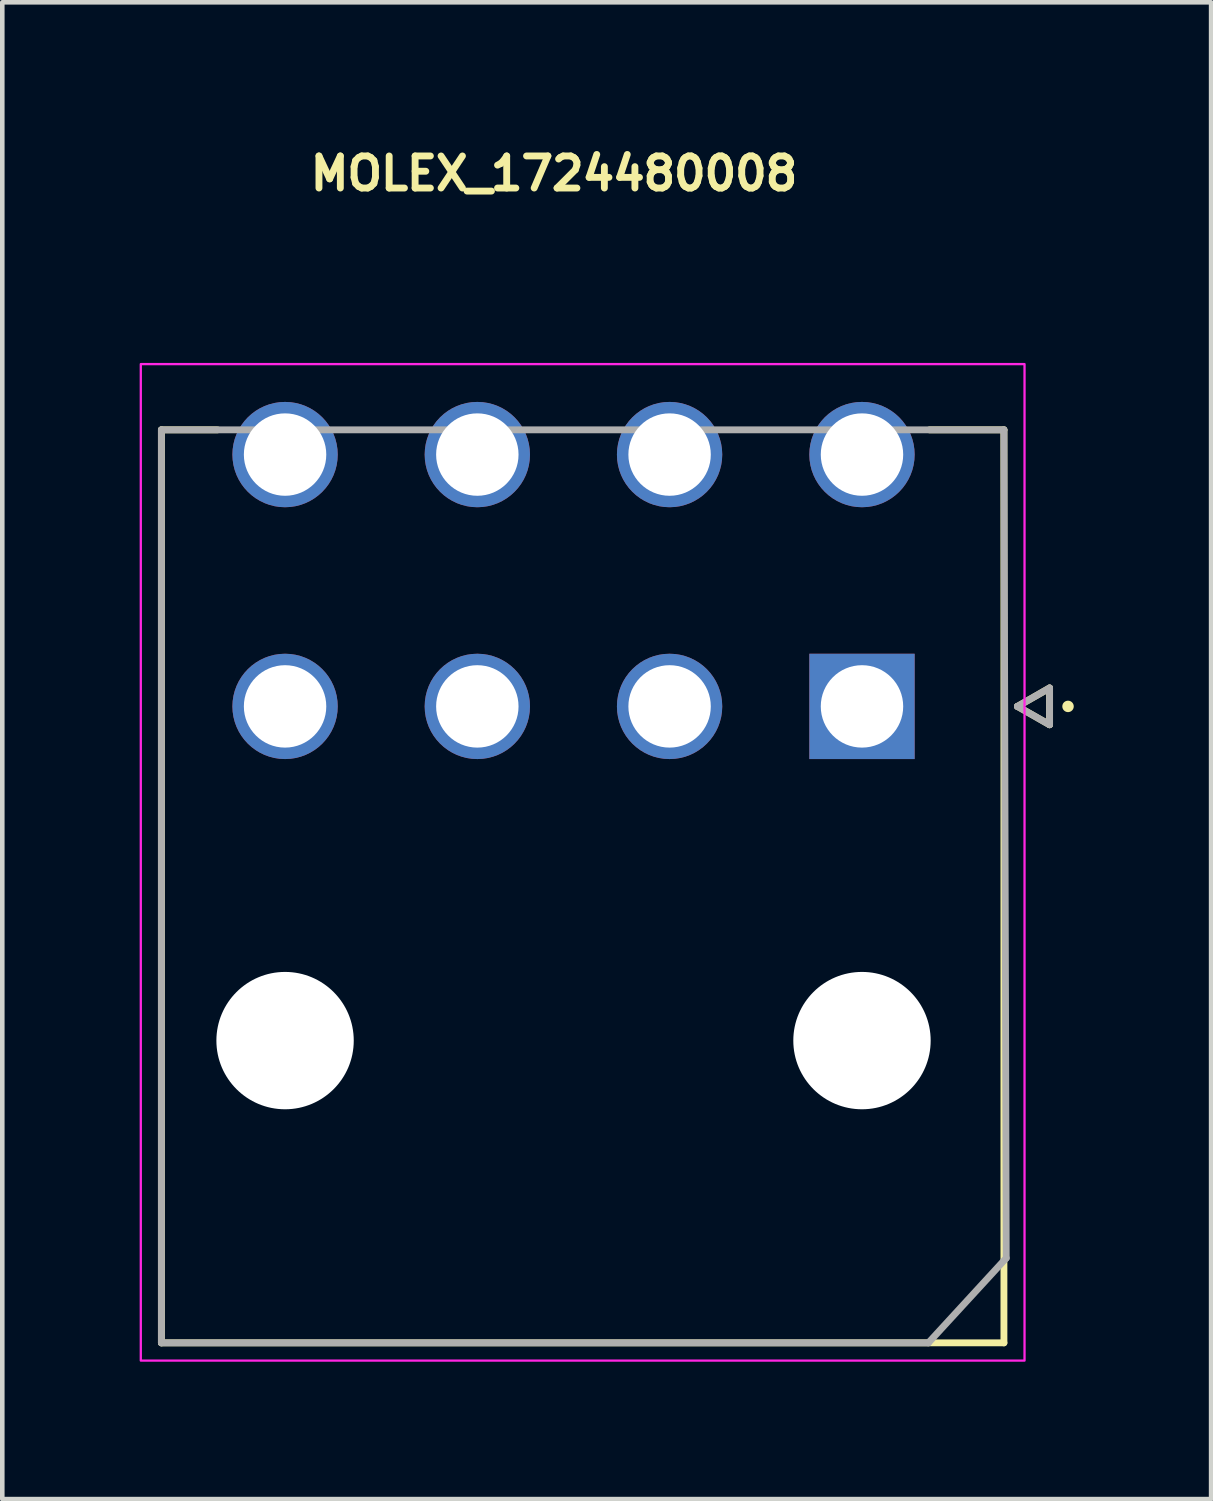
<source format=kicad_pcb>
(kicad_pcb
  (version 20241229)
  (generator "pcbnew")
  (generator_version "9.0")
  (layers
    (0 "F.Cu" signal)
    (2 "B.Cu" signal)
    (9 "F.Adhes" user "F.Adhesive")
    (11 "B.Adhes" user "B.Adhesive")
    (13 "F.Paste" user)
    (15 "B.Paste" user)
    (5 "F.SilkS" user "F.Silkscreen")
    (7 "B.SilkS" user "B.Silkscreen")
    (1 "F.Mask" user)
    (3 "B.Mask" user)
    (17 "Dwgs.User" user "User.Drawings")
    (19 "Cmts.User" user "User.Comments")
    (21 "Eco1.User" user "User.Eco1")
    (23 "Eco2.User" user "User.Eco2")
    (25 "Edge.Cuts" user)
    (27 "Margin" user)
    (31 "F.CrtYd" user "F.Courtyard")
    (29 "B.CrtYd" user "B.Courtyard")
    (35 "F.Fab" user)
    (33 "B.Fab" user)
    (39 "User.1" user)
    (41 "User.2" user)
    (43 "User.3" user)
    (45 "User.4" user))
  (footprint "MOLEX_1724480008"
    (layer "F.Cu")
    (at 15.776 12.378)
    (property "Reference" "MOLEX_1724480008" (at -12.125 -11.228 0) (layer "F.SilkS") (effects (font (size 0.7 0.7) (thickness 0.15)) (justify left bottom)))
    (attr through_hole)
    (fp_circle (center -12.6 -5.5) (end -11.987 -5.5) (stroke (width 1.226) (type solid)) (fill no) (layer "F.Mask"))
    (fp_circle (center -12.6 0) (end -11.987 0) (stroke (width 1.226) (type solid)) (fill no) (layer "F.Mask"))
    (fp_circle (center -12.6 7.299) (end -11.812 7.299) (stroke (width 1.576) (type solid)) (fill no) (layer "F.Mask"))
    (fp_circle (center -8.401 -5.5) (end -7.787 -5.5) (stroke (width 1.226) (type solid)) (fill no) (layer "F.Mask"))
    (fp_circle (center -8.401 0) (end -7.787 0) (stroke (width 1.226) (type solid)) (fill no) (layer "F.Mask"))
    (fp_circle (center -4.202 -5.5) (end -3.588 -5.5) (stroke (width 1.226) (type solid)) (fill no) (layer "F.Mask"))
    (fp_circle (center -4.202 0) (end -3.588 0) (stroke (width 1.226) (type solid)) (fill no) (layer "F.Mask"))
    (fp_circle (center 0 -5.5) (end 0.612 -5.5) (stroke (width 1.226) (type solid)) (fill no) (layer "F.Mask"))
    (fp_circle (center 0 7.299) (end 0.788 7.299) (stroke (width 1.576) (type solid)) (fill no) (layer "F.Mask"))
    (fp_poly (pts (xy -1.228 -1.228) (xy 1.225 -1.228) (xy 1.225 1.225) (xy -1.228 1.225)) (stroke (width 0.01) (type solid)) (fill yes) (layer "F.Mask"))
    (fp_circle (center -12.6 -5.5) (end -11.987 -5.5) (stroke (width 1.226) (type solid)) (fill no) (layer "B.Mask"))
    (fp_circle (center -12.6 0) (end -11.987 0) (stroke (width 1.226) (type solid)) (fill no) (layer "B.Mask"))
    (fp_circle (center -12.6 7.299) (end -11.812 7.299) (stroke (width 1.576) (type solid)) (fill no) (layer "B.Mask"))
    (fp_circle (center -8.401 -5.5) (end -7.787 -5.5) (stroke (width 1.226) (type solid)) (fill no) (layer "B.Mask"))
    (fp_circle (center -8.401 0) (end -7.787 0) (stroke (width 1.226) (type solid)) (fill no) (layer "B.Mask"))
    (fp_circle (center -4.202 -5.5) (end -3.588 -5.5) (stroke (width 1.226) (type solid)) (fill no) (layer "B.Mask"))
    (fp_circle (center -4.202 0) (end -3.588 0) (stroke (width 1.226) (type solid)) (fill no) (layer "B.Mask"))
    (fp_circle (center 0 -5.5) (end 0.612 -5.5) (stroke (width 1.226) (type solid)) (fill no) (layer "B.Mask"))
    (fp_circle (center 0 7.299) (end 0.788 7.299) (stroke (width 1.576) (type solid)) (fill no) (layer "B.Mask"))
    (fp_poly (pts (xy -1.228 -1.228) (xy 1.225 -1.228) (xy 1.225 1.225) (xy -1.228 1.225)) (stroke (width 0.01) (type solid)) (fill yes) (layer "B.Mask"))
    (fp_line (start -15.301 -6.04) (end -14.077 -6.04) (stroke (width 0.15) (type solid)) (layer "F.SilkS"))
    (fp_line (start -15.301 13.9) (end -15.301 -6.04) (stroke (width 0.15) (type solid)) (layer "F.SilkS"))
    (fp_line (start 3.1 -6.04) (end 1.475 -6.04) (stroke (width 0.15) (type solid)) (layer "F.SilkS"))
    (fp_line (start 3.1 -6.04) (end 3.1 13.9) (stroke (width 0.15) (type solid)) (layer "F.SilkS"))
    (fp_line (start 3.1 13.9) (end -15.301 13.9) (stroke (width 0.15) (type solid)) (layer "F.SilkS"))
    (fp_line (start 3.395 0) (end 4.097 0.4) (stroke (width 0.15) (type solid)) (layer "F.SilkS"))
    (fp_line (start 4.097 -0.402) (end 3.395 0) (stroke (width 0.15) (type solid)) (layer "F.SilkS"))
    (fp_line (start 4.097 0.4) (end 4.097 -0.402) (stroke (width 0.15) (type solid)) (layer "F.SilkS"))
    (fp_circle (center 4.5 0) (end 4.55 0) (stroke (width 0.15) (type solid)) (fill yes) (layer "F.SilkS"))
    (fp_rect (start -15.751 -7.476) (end 3.55 14.288) (stroke (width 0.05) (type solid)) (fill no) (layer "F.CrtYd"))
    (fp_line (start -15.301 -6.04) (end 3.1 -6.04) (stroke (width 0.15) (type solid)) (layer "F.Fab"))
    (fp_line (start -15.301 13.9) (end -15.301 -6.04) (stroke (width 0.15) (type solid)) (layer "F.Fab"))
    (fp_line (start 1.45 13.9) (end -15.301 13.9) (stroke (width 0.15) (type solid)) (layer "F.Fab"))
    (fp_line (start 3.1 -6.04) (end 3.15 12.05) (stroke (width 0.15) (type solid)) (layer "F.Fab"))
    (fp_line (start 3.15 12.05) (end 1.45 13.9) (stroke (width 0.15) (type solid)) (layer "F.Fab"))
    (fp_line (start 3.395 0) (end 4.097 0.4) (stroke (width 0.15) (type solid)) (layer "F.Fab"))
    (fp_line (start 4.097 -0.402) (end 3.395 0) (stroke (width 0.15) (type solid)) (layer "F.Fab"))
    (fp_line (start 4.097 0.4) (end 4.097 -0.402) (stroke (width 0.15) (type solid)) (layer "F.Fab"))
    (fp_rect (start -15.301 -6.476) (end 3.1 13.788) (stroke (width 0.1) (type solid)) (fill no) (layer "User.5"))
    (fp_line (start -15.301 0.988) (end -15.301 13.788) (stroke (width 0.02) (type solid)) (layer "User.9"))
    (fp_line (start -15.301 0.988) (end -15.214 0.988) (stroke (width 0.02) (type solid)) (layer "User.9"))
    (fp_line (start -15.214 0.988) (end -15.214 0.988) (stroke (width 0.02) (type solid)) (layer "User.9"))
    (fp_line (start -15.214 0.988) (end -15 0.988) (stroke (width 0.02) (type solid)) (layer "User.9"))
    (fp_line (start -15.214 13.788) (end -15.301 13.788) (stroke (width 0.02) (type solid)) (layer "User.9"))
    (fp_line (start -15.214 13.788) (end -15.214 13.788) (stroke (width 0.02) (type solid)) (layer "User.9"))
    (fp_line (start -15 0.988) (end 2.398 0.988) (stroke (width 0.02) (type solid)) (layer "User.9"))
    (fp_line (start -15 13.788) (end -15.214 13.788) (stroke (width 0.02) (type solid)) (layer "User.9"))
    (fp_line (start -15 13.788) (end -8 13.788) (stroke (width 0.02) (type solid)) (layer "User.9"))
    (fp_line (start -13.465 -5.635) (end -13.465 -5.606) (stroke (width 0.02) (type solid)) (layer "User.9"))
    (fp_line (start -13.465 -5.606) (end -13.465 -5.577) (stroke (width 0.02) (type solid)) (layer "User.9"))
    (fp_line (start -13.465 -5.577) (end -13.465 -5.526) (stroke (width 0.02) (type solid)) (layer "User.9"))
    (fp_line (start -13.465 -5.526) (end -13.461 -5.476) (stroke (width 0.02) (type solid)) (layer "User.9"))
    (fp_line (start -13.465 -0.126) (end -13.465 -0.075) (stroke (width 0.02) (type solid)) (layer "User.9"))
    (fp_line (start -13.465 -0.075) (end -13.465 -0.026) (stroke (width 0.02) (type solid)) (layer "User.9"))
    (fp_line (start -13.465 -0.026) (end -13.461 0.025) (stroke (width 0.02) (type solid)) (layer "User.9"))
    (fp_line (start -13.462 -5.665) (end -13.465 -5.635) (stroke (width 0.02) (type solid)) (layer "User.9"))
    (fp_line (start -13.461 -5.476) (end -13.453 -5.427) (stroke (width 0.02) (type solid)) (layer "User.9"))
    (fp_line (start -13.461 -0.176) (end -13.465 -0.126) (stroke (width 0.02) (type solid)) (layer "User.9"))
    (fp_line (start -13.461 0.025) (end -13.453 0.073) (stroke (width 0.02) (type solid)) (layer "User.9"))
    (fp_line (start -13.458 -5.696) (end -13.462 -5.665) (stroke (width 0.02) (type solid)) (layer "User.9"))
    (fp_line (start -13.453 -5.725) (end -13.458 -5.696) (stroke (width 0.02) (type solid)) (layer "User.9"))
    (fp_line (start -13.453 -5.427) (end -13.443 -5.377) (stroke (width 0.02) (type solid)) (layer "User.9"))
    (fp_line (start -13.453 -0.226) (end -13.461 -0.176) (stroke (width 0.02) (type solid)) (layer "User.9"))
    (fp_line (start -13.453 0.073) (end -13.443 0.122) (stroke (width 0.02) (type solid)) (layer "User.9"))
    (fp_line (start -13.449 -5.753) (end -13.453 -5.725) (stroke (width 0.02) (type solid)) (layer "User.9"))
    (fp_line (start -13.443 -5.377) (end -13.432 -5.329) (stroke (width 0.02) (type solid)) (layer "User.9"))
    (fp_line (start -13.443 -0.275) (end -13.453 -0.226) (stroke (width 0.02) (type solid)) (layer "User.9"))
    (fp_line (start -13.443 0.122) (end -13.432 0.171) (stroke (width 0.02) (type solid)) (layer "User.9"))
    (fp_line (start -13.442 -5.782) (end -13.449 -5.753) (stroke (width 0.02) (type solid)) (layer "User.9"))
    (fp_line (start -13.435 -5.811) (end -13.442 -5.782) (stroke (width 0.02) (type solid)) (layer "User.9"))
    (fp_line (start -13.432 -5.329) (end -13.417 -5.282) (stroke (width 0.02) (type solid)) (layer "User.9"))
    (fp_line (start -13.432 -0.323) (end -13.443 -0.275) (stroke (width 0.02) (type solid)) (layer "User.9"))
    (fp_line (start -13.432 0.171) (end -13.417 0.217) (stroke (width 0.02) (type solid)) (layer "User.9"))
    (fp_line (start -13.426 -5.84) (end -13.435 -5.811) (stroke (width 0.02) (type solid)) (layer "User.9"))
    (fp_line (start -13.417 -5.867) (end -13.426 -5.84) (stroke (width 0.02) (type solid)) (layer "User.9"))
    (fp_line (start -13.417 -5.282) (end -13.4 -5.236) (stroke (width 0.02) (type solid)) (layer "User.9"))
    (fp_line (start -13.417 -0.369) (end -13.432 -0.323) (stroke (width 0.02) (type solid)) (layer "User.9"))
    (fp_line (start -13.417 0.217) (end -13.4 0.265) (stroke (width 0.02) (type solid)) (layer "User.9"))
    (fp_line (start -13.407 -5.895) (end -13.417 -5.867) (stroke (width 0.02) (type solid)) (layer "User.9"))
    (fp_line (start -13.4 -5.236) (end -13.379 -5.191) (stroke (width 0.02) (type solid)) (layer "User.9"))
    (fp_line (start -13.4 -0.417) (end -13.417 -0.369) (stroke (width 0.02) (type solid)) (layer "User.9"))
    (fp_line (start -13.4 0.265) (end -13.379 0.309) (stroke (width 0.02) (type solid)) (layer "User.9"))
    (fp_line (start -13.397 -5.922) (end -13.407 -5.895) (stroke (width 0.02) (type solid)) (layer "User.9"))
    (fp_line (start -13.385 -5.949) (end -13.397 -5.922) (stroke (width 0.02) (type solid)) (layer "User.9"))
    (fp_line (start -13.379 -5.191) (end -13.356 -5.146) (stroke (width 0.02) (type solid)) (layer "User.9"))
    (fp_line (start -13.379 -0.462) (end -13.4 -0.417) (stroke (width 0.02) (type solid)) (layer "User.9"))
    (fp_line (start -13.379 0.309) (end -13.356 0.353) (stroke (width 0.02) (type solid)) (layer "User.9"))
    (fp_line (start -13.372 -5.975) (end -13.385 -5.949) (stroke (width 0.02) (type solid)) (layer "User.9"))
    (fp_line (start -13.359 -6) (end -13.372 -5.975) (stroke (width 0.02) (type solid)) (layer "User.9"))
    (fp_line (start -13.356 -5.146) (end -13.333 -5.103) (stroke (width 0.02) (type solid)) (layer "User.9"))
    (fp_line (start -13.356 -0.505) (end -13.379 -0.462) (stroke (width 0.02) (type solid)) (layer "User.9"))
    (fp_line (start -13.356 0.353) (end -13.333 0.397) (stroke (width 0.02) (type solid)) (layer "User.9"))
    (fp_line (start -13.346 -6.026) (end -13.359 -6) (stroke (width 0.02) (type solid)) (layer "User.9"))
    (fp_line (start -13.333 -5.103) (end -13.305 -5.063) (stroke (width 0.02) (type solid)) (layer "User.9"))
    (fp_line (start -13.333 -0.549) (end -13.356 -0.505) (stroke (width 0.02) (type solid)) (layer "User.9"))
    (fp_line (start -13.333 0.397) (end -13.305 0.437) (stroke (width 0.02) (type solid)) (layer "User.9"))
    (fp_line (start -13.33 -6.05) (end -13.346 -6.026) (stroke (width 0.02) (type solid)) (layer "User.9"))
    (fp_line (start -13.314 -6.076) (end -13.33 -6.05) (stroke (width 0.02) (type solid)) (layer "User.9"))
    (fp_line (start -13.305 -5.063) (end -13.276 -5.023) (stroke (width 0.02) (type solid)) (layer "User.9"))
    (fp_line (start -13.305 -0.589) (end -13.333 -0.549) (stroke (width 0.02) (type solid)) (layer "User.9"))
    (fp_line (start -13.305 0.437) (end -13.276 0.478) (stroke (width 0.02) (type solid)) (layer "User.9"))
    (fp_line (start -13.298 -6.1) (end -13.314 -6.076) (stroke (width 0.02) (type solid)) (layer "User.9"))
    (fp_line (start -13.281 -6.122) (end -13.298 -6.1) (stroke (width 0.02) (type solid)) (layer "User.9"))
    (fp_line (start -13.276 -5.023) (end -13.244 -4.984) (stroke (width 0.02) (type solid)) (layer "User.9"))
    (fp_line (start -13.276 -0.629) (end -13.305 -0.589) (stroke (width 0.02) (type solid)) (layer "User.9"))
    (fp_line (start -13.276 0.478) (end -13.244 0.516) (stroke (width 0.02) (type solid)) (layer "User.9"))
    (fp_line (start -13.263 -6.146) (end -13.281 -6.122) (stroke (width 0.02) (type solid)) (layer "User.9"))
    (fp_line (start -13.244 -6.169) (end -13.263 -6.146) (stroke (width 0.02) (type solid)) (layer "User.9"))
    (fp_line (start -13.244 -4.984) (end -13.211 -4.947) (stroke (width 0.02) (type solid)) (layer "User.9"))
    (fp_line (start -13.244 -0.668) (end -13.276 -0.629) (stroke (width 0.02) (type solid)) (layer "User.9"))
    (fp_line (start -13.244 0.516) (end -13.211 0.553) (stroke (width 0.02) (type solid)) (layer "User.9"))
    (fp_line (start -13.224 -6.189) (end -13.244 -6.169) (stroke (width 0.02) (type solid)) (layer "User.9"))
    (fp_line (start -13.211 -4.947) (end -13.174 -4.912) (stroke (width 0.02) (type solid)) (layer "User.9"))
    (fp_line (start -13.211 -0.704) (end -13.244 -0.668) (stroke (width 0.02) (type solid)) (layer "User.9"))
    (fp_line (start -13.211 0.553) (end -13.174 0.587) (stroke (width 0.02) (type solid)) (layer "User.9"))
    (fp_line (start -13.203 -6.212) (end -13.224 -6.189) (stroke (width 0.02) (type solid)) (layer "User.9"))
    (fp_line (start -13.183 -6.231) (end -13.203 -6.212) (stroke (width 0.02) (type solid)) (layer "User.9"))
    (fp_line (start -13.174 -4.912) (end -13.137 -4.88) (stroke (width 0.02) (type solid)) (layer "User.9"))
    (fp_line (start -13.174 -0.739) (end -13.211 -0.704) (stroke (width 0.02) (type solid)) (layer "User.9"))
    (fp_line (start -13.174 0.587) (end -13.137 0.62) (stroke (width 0.02) (type solid)) (layer "User.9"))
    (fp_line (start -13.16 -6.252) (end -13.183 -6.231) (stroke (width 0.02) (type solid)) (layer "User.9"))
    (fp_line (start -13.138 -6.271) (end -13.16 -6.252) (stroke (width 0.02) (type solid)) (layer "User.9"))
    (fp_line (start -13.135 -6.136) (end -13.135 -6.146) (stroke (width 0.02) (type solid)) (layer "User.9"))
    (fp_line (start -13.135 -6.136) (end -13.135 -6.136) (stroke (width 0.02) (type solid)) (layer "User.9"))
    (fp_line (start -13.135 -6.106) (end -13.135 -6.136) (stroke (width 0.02) (type solid)) (layer "User.9"))
    (fp_line (start -13.135 -6.106) (end -13.135 -6.106) (stroke (width 0.02) (type solid)) (layer "User.9"))
    (fp_line (start -13.135 -6.058) (end -13.135 -6.106) (stroke (width 0.02) (type solid)) (layer "User.9"))
    (fp_line (start -13.135 -6.058) (end -13.135 -6.058) (stroke (width 0.02) (type solid)) (layer "User.9"))
    (fp_line (start -13.135 -5.991) (end -13.135 -6.058) (stroke (width 0.02) (type solid)) (layer "User.9"))
    (fp_line (start -13.135 -5.991) (end -13.135 -5.991) (stroke (width 0.02) (type solid)) (layer "User.9"))
    (fp_line (start -13.135 -5.906) (end -13.135 -5.991) (stroke (width 0.02) (type solid)) (layer "User.9"))
    (fp_line (start -13.135 -5.906) (end -13.135 -5.906) (stroke (width 0.02) (type solid)) (layer "User.9"))
    (fp_line (start -13.135 -5.803) (end -13.135 -5.906) (stroke (width 0.02) (type solid)) (layer "User.9"))
    (fp_line (start -13.135 -5.803) (end -13.135 -5.803) (stroke (width 0.02) (type solid)) (layer "User.9"))
    (fp_line (start -13.135 -5.686) (end -13.135 -5.803) (stroke (width 0.02) (type solid)) (layer "User.9"))
    (fp_line (start -13.135 -5.686) (end -13.135 -5.686) (stroke (width 0.02) (type solid)) (layer "User.9"))
    (fp_line (start -13.135 -5.555) (end -13.135 -5.686) (stroke (width 0.02) (type solid)) (layer "User.9"))
    (fp_line (start -13.135 -5.555) (end -13.135 -5.555) (stroke (width 0.02) (type solid)) (layer "User.9"))
    (fp_line (start -13.135 -5.412) (end -13.135 -5.555) (stroke (width 0.02) (type solid)) (layer "User.9"))
    (fp_line (start -13.135 -5.412) (end -13.135 -5.412) (stroke (width 0.02) (type solid)) (layer "User.9"))
    (fp_line (start -13.135 -5.257) (end -13.135 -5.412) (stroke (width 0.02) (type solid)) (layer "User.9"))
    (fp_line (start -13.135 -5.257) (end -13.135 -5.257) (stroke (width 0.02) (type solid)) (layer "User.9"))
    (fp_line (start -13.135 -5.095) (end -13.135 -5.257) (stroke (width 0.02) (type solid)) (layer "User.9"))
    (fp_line (start -13.135 -5.095) (end -13.135 -5.095) (stroke (width 0.02) (type solid)) (layer "User.9"))
    (fp_line (start -13.135 -4.577) (end -13.135 -5.095) (stroke (width 0.02) (type solid)) (layer "User.9"))
    (fp_line (start -13.135 -0.773) (end -13.174 -0.739) (stroke (width 0.02) (type solid)) (layer "User.9"))
    (fp_line (start -13.135 0.988) (end -13.135 -4.577) (stroke (width 0.02) (type solid)) (layer "User.9"))
    (fp_line (start -13.115 -6.289) (end -13.138 -6.271) (stroke (width 0.02) (type solid)) (layer "User.9"))
    (fp_line (start -13.092 -6.306) (end -13.115 -6.289) (stroke (width 0.02) (type solid)) (layer "User.9"))
    (fp_line (start -13.067 -6.324) (end -13.092 -6.306) (stroke (width 0.02) (type solid)) (layer "User.9"))
    (fp_line (start -13.042 -6.34) (end -13.067 -6.324) (stroke (width 0.02) (type solid)) (layer "User.9"))
    (fp_line (start -13.016 -6.356) (end -13.042 -6.34) (stroke (width 0.02) (type solid)) (layer "User.9"))
    (fp_line (start -13.016 -6.356) (end -13.016 -6.356) (stroke (width 0.02) (type solid)) (layer "User.9"))
    (fp_line (start -12.964 -6.383) (end -13.016 -6.356) (stroke (width 0.02) (type solid)) (layer "User.9"))
    (fp_line (start -12.908 -6.409) (end -12.964 -6.383) (stroke (width 0.02) (type solid)) (layer "User.9"))
    (fp_line (start -12.853 -6.428) (end -12.908 -6.409) (stroke (width 0.02) (type solid)) (layer "User.9"))
    (fp_line (start -12.798 -6.446) (end -12.853 -6.428) (stroke (width 0.02) (type solid)) (layer "User.9"))
    (fp_line (start -12.74 -6.46) (end -12.798 -6.446) (stroke (width 0.02) (type solid)) (layer "User.9"))
    (fp_line (start -12.683 -6.468) (end -12.74 -6.46) (stroke (width 0.02) (type solid)) (layer "User.9"))
    (fp_line (start -12.625 -6.475) (end -12.683 -6.468) (stroke (width 0.02) (type solid)) (layer "User.9"))
    (fp_line (start -12.567 -6.476) (end -12.625 -6.475) (stroke (width 0.02) (type solid)) (layer "User.9"))
    (fp_line (start -12.507 -6.475) (end -12.567 -6.476) (stroke (width 0.02) (type solid)) (layer "User.9"))
    (fp_line (start -12.449 -6.468) (end -12.507 -6.475) (stroke (width 0.02) (type solid)) (layer "User.9"))
    (fp_line (start -12.392 -6.46) (end -12.449 -6.468) (stroke (width 0.02) (type solid)) (layer "User.9"))
    (fp_line (start -12.334 -6.446) (end -12.392 -6.46) (stroke (width 0.02) (type solid)) (layer "User.9"))
    (fp_line (start -12.279 -6.428) (end -12.334 -6.446) (stroke (width 0.02) (type solid)) (layer "User.9"))
    (fp_line (start -12.224 -6.409) (end -12.279 -6.428) (stroke (width 0.02) (type solid)) (layer "User.9"))
    (fp_line (start -12.169 -6.383) (end -12.224 -6.409) (stroke (width 0.02) (type solid)) (layer "User.9"))
    (fp_line (start -12.116 -6.356) (end -12.169 -6.383) (stroke (width 0.02) (type solid)) (layer "User.9"))
    (fp_line (start -12.116 -6.356) (end -12.116 -6.356) (stroke (width 0.02) (type solid)) (layer "User.9"))
    (fp_line (start -12.065 -6.324) (end -12.116 -6.356) (stroke (width 0.02) (type solid)) (layer "User.9"))
    (fp_line (start -12.065 -6.146) (end -13.135 -6.146) (stroke (width 0.02) (type solid)) (layer "User.9"))
    (fp_line (start -12.065 -6.136) (end -12.065 -6.146) (stroke (width 0.02) (type solid)) (layer "User.9"))
    (fp_line (start -12.065 -6.136) (end -12.065 -6.136) (stroke (width 0.02) (type solid)) (layer "User.9"))
    (fp_line (start -12.065 -6.106) (end -12.065 -6.136) (stroke (width 0.02) (type solid)) (layer "User.9"))
    (fp_line (start -12.065 -6.106) (end -12.065 -6.106) (stroke (width 0.02) (type solid)) (layer "User.9"))
    (fp_line (start -12.065 -6.058) (end -12.065 -6.106) (stroke (width 0.02) (type solid)) (layer "User.9"))
    (fp_line (start -12.065 -6.058) (end -12.065 -6.058) (stroke (width 0.02) (type solid)) (layer "User.9"))
    (fp_line (start -12.065 -5.991) (end -12.065 -6.058) (stroke (width 0.02) (type solid)) (layer "User.9"))
    (fp_line (start -12.065 -5.991) (end -12.065 -5.991) (stroke (width 0.02) (type solid)) (layer "User.9"))
    (fp_line (start -12.065 -5.906) (end -12.065 -5.991) (stroke (width 0.02) (type solid)) (layer "User.9"))
    (fp_line (start -12.065 -5.906) (end -12.065 -5.906) (stroke (width 0.02) (type solid)) (layer "User.9"))
    (fp_line (start -12.065 -5.803) (end -12.065 -5.906) (stroke (width 0.02) (type solid)) (layer "User.9"))
    (fp_line (start -12.065 -5.803) (end -12.065 -5.803) (stroke (width 0.02) (type solid)) (layer "User.9"))
    (fp_line (start -12.065 -5.686) (end -12.065 -5.803) (stroke (width 0.02) (type solid)) (layer "User.9"))
    (fp_line (start -12.065 -5.686) (end -12.065 -5.686) (stroke (width 0.02) (type solid)) (layer "User.9"))
    (fp_line (start -12.065 -5.555) (end -12.065 -5.686) (stroke (width 0.02) (type solid)) (layer "User.9"))
    (fp_line (start -12.065 -5.555) (end -12.065 -5.555) (stroke (width 0.02) (type solid)) (layer "User.9"))
    (fp_line (start -12.065 -5.412) (end -12.065 -5.555) (stroke (width 0.02) (type solid)) (layer "User.9"))
    (fp_line (start -12.065 -5.412) (end -12.065 -5.412) (stroke (width 0.02) (type solid)) (layer "User.9"))
    (fp_line (start -12.065 -5.257) (end -12.065 -5.412) (stroke (width 0.02) (type solid)) (layer "User.9"))
    (fp_line (start -12.065 -5.257) (end -12.065 -5.257) (stroke (width 0.02) (type solid)) (layer "User.9"))
    (fp_line (start -12.065 -5.095) (end -12.065 -5.257) (stroke (width 0.02) (type solid)) (layer "User.9"))
    (fp_line (start -12.065 -5.095) (end -12.065 -5.095) (stroke (width 0.02) (type solid)) (layer "User.9"))
    (fp_line (start -12.065 -4.827) (end -12.02 -4.861) (stroke (width 0.02) (type solid)) (layer "User.9"))
    (fp_line (start -12.065 -4.577) (end -12.065 -5.095) (stroke (width 0.02) (type solid)) (layer "User.9"))
    (fp_line (start -12.065 0.673) (end -12.02 0.64) (stroke (width 0.02) (type solid)) (layer "User.9"))
    (fp_line (start -12.065 0.988) (end -12.065 -4.577) (stroke (width 0.02) (type solid)) (layer "User.9"))
    (fp_line (start -12.02 -4.861) (end -11.978 -4.896) (stroke (width 0.02) (type solid)) (layer "User.9"))
    (fp_line (start -12.02 -0.792) (end -12.065 -0.825) (stroke (width 0.02) (type solid)) (layer "User.9"))
    (fp_line (start -12.02 0.64) (end -11.978 0.604) (stroke (width 0.02) (type solid)) (layer "User.9"))
    (fp_line (start -12.016 -6.289) (end -12.065 -6.324) (stroke (width 0.02) (type solid)) (layer "User.9"))
    (fp_line (start -11.978 -4.896) (end -11.936 -4.933) (stroke (width 0.02) (type solid)) (layer "User.9"))
    (fp_line (start -11.978 -0.756) (end -12.02 -0.792) (stroke (width 0.02) (type solid)) (layer "User.9"))
    (fp_line (start -11.978 0.604) (end -11.936 0.568) (stroke (width 0.02) (type solid)) (layer "User.9"))
    (fp_line (start -11.971 -6.252) (end -12.016 -6.289) (stroke (width 0.02) (type solid)) (layer "User.9"))
    (fp_line (start -11.936 -4.933) (end -11.898 -4.973) (stroke (width 0.02) (type solid)) (layer "User.9"))
    (fp_line (start -11.936 -0.719) (end -11.978 -0.756) (stroke (width 0.02) (type solid)) (layer "User.9"))
    (fp_line (start -11.936 0.568) (end -11.898 0.528) (stroke (width 0.02) (type solid)) (layer "User.9"))
    (fp_line (start -11.929 -6.212) (end -11.971 -6.252) (stroke (width 0.02) (type solid)) (layer "User.9"))
    (fp_line (start -11.898 -4.973) (end -11.862 -5.015) (stroke (width 0.02) (type solid)) (layer "User.9"))
    (fp_line (start -11.898 -0.68) (end -11.936 -0.719) (stroke (width 0.02) (type solid)) (layer "User.9"))
    (fp_line (start -11.898 0.528) (end -11.862 0.485) (stroke (width 0.02) (type solid)) (layer "User.9"))
    (fp_line (start -11.888 -6.169) (end -11.929 -6.212) (stroke (width 0.02) (type solid)) (layer "User.9"))
    (fp_line (start -11.862 -5.015) (end -11.83 -5.058) (stroke (width 0.02) (type solid)) (layer "User.9"))
    (fp_line (start -11.862 -0.637) (end -11.898 -0.68) (stroke (width 0.02) (type solid)) (layer "User.9"))
    (fp_line (start -11.862 0.485) (end -11.83 0.441) (stroke (width 0.02) (type solid)) (layer "User.9"))
    (fp_line (start -11.852 -6.122) (end -11.888 -6.169) (stroke (width 0.02) (type solid)) (layer "User.9"))
    (fp_line (start -11.83 -5.058) (end -11.799 -5.104) (stroke (width 0.02) (type solid)) (layer "User.9"))
    (fp_line (start -11.83 -0.593) (end -11.862 -0.637) (stroke (width 0.02) (type solid)) (layer "User.9"))
    (fp_line (start -11.83 0.441) (end -11.799 0.396) (stroke (width 0.02) (type solid)) (layer "User.9"))
    (fp_line (start -11.817 -6.076) (end -11.852 -6.122) (stroke (width 0.02) (type solid)) (layer "User.9"))
    (fp_line (start -11.799 -5.104) (end -11.772 -5.151) (stroke (width 0.02) (type solid)) (layer "User.9"))
    (fp_line (start -11.799 -0.548) (end -11.83 -0.593) (stroke (width 0.02) (type solid)) (layer "User.9"))
    (fp_line (start -11.799 0.396) (end -11.772 0.349) (stroke (width 0.02) (type solid)) (layer "User.9"))
    (fp_line (start -11.786 -6.026) (end -11.817 -6.076) (stroke (width 0.02) (type solid)) (layer "User.9"))
    (fp_line (start -11.772 -5.151) (end -11.747 -5.201) (stroke (width 0.02) (type solid)) (layer "User.9"))
    (fp_line (start -11.772 -0.5) (end -11.799 -0.548) (stroke (width 0.02) (type solid)) (layer "User.9"))
    (fp_line (start -11.772 0.349) (end -11.747 0.299) (stroke (width 0.02) (type solid)) (layer "User.9"))
    (fp_line (start -11.76 -5.975) (end -11.786 -6.026) (stroke (width 0.02) (type solid)) (layer "User.9"))
    (fp_line (start -11.747 -5.201) (end -11.727 -5.252) (stroke (width 0.02) (type solid)) (layer "User.9"))
    (fp_line (start -11.747 -0.452) (end -11.772 -0.5) (stroke (width 0.02) (type solid)) (layer "User.9"))
    (fp_line (start -11.747 0.299) (end -11.727 0.248) (stroke (width 0.02) (type solid)) (layer "User.9"))
    (fp_line (start -11.734 -5.922) (end -11.76 -5.975) (stroke (width 0.02) (type solid)) (layer "User.9"))
    (fp_line (start -11.727 -5.252) (end -11.708 -5.303) (stroke (width 0.02) (type solid)) (layer "User.9"))
    (fp_line (start -11.727 -0.401) (end -11.747 -0.452) (stroke (width 0.02) (type solid)) (layer "User.9"))
    (fp_line (start -11.727 0.248) (end -11.708 0.198) (stroke (width 0.02) (type solid)) (layer "User.9"))
    (fp_line (start -11.715 -5.867) (end -11.734 -5.922) (stroke (width 0.02) (type solid)) (layer "User.9"))
    (fp_line (start -11.708 -5.303) (end -11.693 -5.356) (stroke (width 0.02) (type solid)) (layer "User.9"))
    (fp_line (start -11.708 -0.35) (end -11.727 -0.401) (stroke (width 0.02) (type solid)) (layer "User.9"))
    (fp_line (start -11.708 0.198) (end -11.693 0.144) (stroke (width 0.02) (type solid)) (layer "User.9"))
    (fp_line (start -11.698 -5.811) (end -11.715 -5.867) (stroke (width 0.02) (type solid)) (layer "User.9"))
    (fp_line (start -11.693 -5.356) (end -11.682 -5.409) (stroke (width 0.02) (type solid)) (layer "User.9"))
    (fp_line (start -11.693 -0.296) (end -11.708 -0.35) (stroke (width 0.02) (type solid)) (layer "User.9"))
    (fp_line (start -11.693 0.144) (end -11.682 0.09) (stroke (width 0.02) (type solid)) (layer "User.9"))
    (fp_line (start -11.683 -5.753) (end -11.698 -5.811) (stroke (width 0.02) (type solid)) (layer "User.9"))
    (fp_line (start -11.682 -5.409) (end -11.673 -5.465) (stroke (width 0.02) (type solid)) (layer "User.9"))
    (fp_line (start -11.682 -0.242) (end -11.693 -0.296) (stroke (width 0.02) (type solid)) (layer "User.9"))
    (fp_line (start -11.682 0.09) (end -11.673 0.036) (stroke (width 0.02) (type solid)) (layer "User.9"))
    (fp_line (start -11.673 -5.696) (end -11.683 -5.753) (stroke (width 0.02) (type solid)) (layer "User.9"))
    (fp_line (start -11.673 -5.465) (end -11.667 -5.52) (stroke (width 0.02) (type solid)) (layer "User.9"))
    (fp_line (start -11.673 -0.187) (end -11.682 -0.242) (stroke (width 0.02) (type solid)) (layer "User.9"))
    (fp_line (start -11.673 0.036) (end -11.667 -0.019) (stroke (width 0.02) (type solid)) (layer "User.9"))
    (fp_line (start -11.667 -5.635) (end -11.673 -5.696) (stroke (width 0.02) (type solid)) (layer "User.9"))
    (fp_line (start -11.667 -5.52) (end -11.666 -5.577) (stroke (width 0.02) (type solid)) (layer "User.9"))
    (fp_line (start -11.667 -0.133) (end -11.673 -0.187) (stroke (width 0.02) (type solid)) (layer "User.9"))
    (fp_line (start -11.667 -0.019) (end -11.666 -0.075) (stroke (width 0.02) (type solid)) (layer "User.9"))
    (fp_line (start -11.666 -5.577) (end -11.667 -5.635) (stroke (width 0.02) (type solid)) (layer "User.9"))
    (fp_line (start -11.666 -0.075) (end -11.667 -0.133) (stroke (width 0.02) (type solid)) (layer "User.9"))
    (fp_line (start -9.266 -5.606) (end -9.266 -5.577) (stroke (width 0.02) (type solid)) (layer "User.9"))
    (fp_line (start -9.266 -5.577) (end -9.264 -5.526) (stroke (width 0.02) (type solid)) (layer "User.9"))
    (fp_line (start -9.266 -0.075) (end -9.264 -0.026) (stroke (width 0.02) (type solid)) (layer "User.9"))
    (fp_line (start -9.264 -5.635) (end -9.266 -5.606) (stroke (width 0.02) (type solid)) (layer "User.9"))
    (fp_line (start -9.264 -5.526) (end -9.26 -5.476) (stroke (width 0.02) (type solid)) (layer "User.9"))
    (fp_line (start -9.264 -0.126) (end -9.266 -0.075) (stroke (width 0.02) (type solid)) (layer "User.9"))
    (fp_line (start -9.264 -0.026) (end -9.26 0.025) (stroke (width 0.02) (type solid)) (layer "User.9"))
    (fp_line (start -9.262 -5.665) (end -9.264 -5.635) (stroke (width 0.02) (type solid)) (layer "User.9"))
    (fp_line (start -9.26 -5.476) (end -9.253 -5.427) (stroke (width 0.02) (type solid)) (layer "User.9"))
    (fp_line (start -9.26 -0.176) (end -9.264 -0.126) (stroke (width 0.02) (type solid)) (layer "User.9"))
    (fp_line (start -9.26 0.025) (end -9.253 0.073) (stroke (width 0.02) (type solid)) (layer "User.9"))
    (fp_line (start -9.259 -5.696) (end -9.262 -5.665) (stroke (width 0.02) (type solid)) (layer "User.9"))
    (fp_line (start -9.253 -5.725) (end -9.259 -5.696) (stroke (width 0.02) (type solid)) (layer "User.9"))
    (fp_line (start -9.253 -5.427) (end -9.244 -5.377) (stroke (width 0.02) (type solid)) (layer "User.9"))
    (fp_line (start -9.253 -0.226) (end -9.26 -0.176) (stroke (width 0.02) (type solid)) (layer "User.9"))
    (fp_line (start -9.253 0.073) (end -9.244 0.122) (stroke (width 0.02) (type solid)) (layer "User.9"))
    (fp_line (start -9.248 -5.753) (end -9.253 -5.725) (stroke (width 0.02) (type solid)) (layer "User.9"))
    (fp_line (start -9.244 -5.377) (end -9.231 -5.329) (stroke (width 0.02) (type solid)) (layer "User.9"))
    (fp_line (start -9.244 -0.275) (end -9.253 -0.226) (stroke (width 0.02) (type solid)) (layer "User.9"))
    (fp_line (start -9.244 0.122) (end -9.231 0.171) (stroke (width 0.02) (type solid)) (layer "User.9"))
    (fp_line (start -9.243 -5.782) (end -9.248 -5.753) (stroke (width 0.02) (type solid)) (layer "User.9"))
    (fp_line (start -9.234 -5.811) (end -9.243 -5.782) (stroke (width 0.02) (type solid)) (layer "User.9"))
    (fp_line (start -9.231 -5.329) (end -9.217 -5.282) (stroke (width 0.02) (type solid)) (layer "User.9"))
    (fp_line (start -9.231 -0.323) (end -9.244 -0.275) (stroke (width 0.02) (type solid)) (layer "User.9"))
    (fp_line (start -9.231 0.171) (end -9.217 0.217) (stroke (width 0.02) (type solid)) (layer "User.9"))
    (fp_line (start -9.227 -5.84) (end -9.234 -5.811) (stroke (width 0.02) (type solid)) (layer "User.9"))
    (fp_line (start -9.218 -5.867) (end -9.227 -5.84) (stroke (width 0.02) (type solid)) (layer "User.9"))
    (fp_line (start -9.217 -5.282) (end -9.199 -5.236) (stroke (width 0.02) (type solid)) (layer "User.9"))
    (fp_line (start -9.217 -0.369) (end -9.231 -0.323) (stroke (width 0.02) (type solid)) (layer "User.9"))
    (fp_line (start -9.217 0.217) (end -9.199 0.265) (stroke (width 0.02) (type solid)) (layer "User.9"))
    (fp_line (start -9.208 -5.895) (end -9.218 -5.867) (stroke (width 0.02) (type solid)) (layer "User.9"))
    (fp_line (start -9.199 -5.236) (end -9.18 -5.191) (stroke (width 0.02) (type solid)) (layer "User.9"))
    (fp_line (start -9.199 -0.417) (end -9.217 -0.369) (stroke (width 0.02) (type solid)) (layer "User.9"))
    (fp_line (start -9.199 0.265) (end -9.18 0.309) (stroke (width 0.02) (type solid)) (layer "User.9"))
    (fp_line (start -9.198 -5.922) (end -9.208 -5.895) (stroke (width 0.02) (type solid)) (layer "User.9"))
    (fp_line (start -9.186 -5.949) (end -9.198 -5.922) (stroke (width 0.02) (type solid)) (layer "User.9"))
    (fp_line (start -9.18 -5.191) (end -9.157 -5.146) (stroke (width 0.02) (type solid)) (layer "User.9"))
    (fp_line (start -9.18 -0.462) (end -9.199 -0.417) (stroke (width 0.02) (type solid)) (layer "User.9"))
    (fp_line (start -9.18 0.309) (end -9.157 0.353) (stroke (width 0.02) (type solid)) (layer "User.9"))
    (fp_line (start -9.173 -5.975) (end -9.186 -5.949) (stroke (width 0.02) (type solid)) (layer "User.9"))
    (fp_line (start -9.16 -6) (end -9.173 -5.975) (stroke (width 0.02) (type solid)) (layer "User.9"))
    (fp_line (start -9.157 -5.146) (end -9.132 -5.103) (stroke (width 0.02) (type solid)) (layer "User.9"))
    (fp_line (start -9.157 -0.505) (end -9.18 -0.462) (stroke (width 0.02) (type solid)) (layer "User.9"))
    (fp_line (start -9.157 0.353) (end -9.132 0.397) (stroke (width 0.02) (type solid)) (layer "User.9"))
    (fp_line (start -9.145 -6.026) (end -9.16 -6) (stroke (width 0.02) (type solid)) (layer "User.9"))
    (fp_line (start -9.132 -5.103) (end -9.106 -5.063) (stroke (width 0.02) (type solid)) (layer "User.9"))
    (fp_line (start -9.132 -0.549) (end -9.157 -0.505) (stroke (width 0.02) (type solid)) (layer "User.9"))
    (fp_line (start -9.132 0.397) (end -9.106 0.437) (stroke (width 0.02) (type solid)) (layer "User.9"))
    (fp_line (start -9.131 -6.05) (end -9.145 -6.026) (stroke (width 0.02) (type solid)) (layer "User.9"))
    (fp_line (start -9.115 -6.076) (end -9.131 -6.05) (stroke (width 0.02) (type solid)) (layer "User.9"))
    (fp_line (start -9.106 -5.063) (end -9.076 -5.023) (stroke (width 0.02) (type solid)) (layer "User.9"))
    (fp_line (start -9.106 -0.589) (end -9.132 -0.549) (stroke (width 0.02) (type solid)) (layer "User.9"))
    (fp_line (start -9.106 0.437) (end -9.076 0.478) (stroke (width 0.02) (type solid)) (layer "User.9"))
    (fp_line (start -9.099 -6.1) (end -9.115 -6.076) (stroke (width 0.02) (type solid)) (layer "User.9"))
    (fp_line (start -9.08 -6.122) (end -9.099 -6.1) (stroke (width 0.02) (type solid)) (layer "User.9"))
    (fp_line (start -9.076 -5.023) (end -9.045 -4.984) (stroke (width 0.02) (type solid)) (layer "User.9"))
    (fp_line (start -9.076 -0.629) (end -9.106 -0.589) (stroke (width 0.02) (type solid)) (layer "User.9"))
    (fp_line (start -9.076 0.478) (end -9.045 0.516) (stroke (width 0.02) (type solid)) (layer "User.9"))
    (fp_line (start -9.062 -6.146) (end -9.08 -6.122) (stroke (width 0.02) (type solid)) (layer "User.9"))
    (fp_line (start -9.045 -4.984) (end -9.01 -4.947) (stroke (width 0.02) (type solid)) (layer "User.9"))
    (fp_line (start -9.045 -0.668) (end -9.076 -0.629) (stroke (width 0.02) (type solid)) (layer "User.9"))
    (fp_line (start -9.045 0.516) (end -9.01 0.553) (stroke (width 0.02) (type solid)) (layer "User.9"))
    (fp_line (start -9.044 -6.169) (end -9.062 -6.146) (stroke (width 0.02) (type solid)) (layer "User.9"))
    (fp_line (start -9.025 -6.189) (end -9.044 -6.169) (stroke (width 0.02) (type solid)) (layer "User.9"))
    (fp_line (start -9.01 -4.947) (end -8.975 -4.912) (stroke (width 0.02) (type solid)) (layer "User.9"))
    (fp_line (start -9.01 -0.704) (end -9.045 -0.668) (stroke (width 0.02) (type solid)) (layer "User.9"))
    (fp_line (start -9.01 0.553) (end -8.975 0.587) (stroke (width 0.02) (type solid)) (layer "User.9"))
    (fp_line (start -9.003 -6.212) (end -9.025 -6.189) (stroke (width 0.02) (type solid)) (layer "User.9"))
    (fp_line (start -8.982 -6.231) (end -9.003 -6.212) (stroke (width 0.02) (type solid)) (layer "User.9"))
    (fp_line (start -8.975 -4.912) (end -8.936 -4.88) (stroke (width 0.02) (type solid)) (layer "User.9"))
    (fp_line (start -8.975 -0.739) (end -9.01 -0.704) (stroke (width 0.02) (type solid)) (layer "User.9"))
    (fp_line (start -8.975 0.587) (end -8.936 0.62) (stroke (width 0.02) (type solid)) (layer "User.9"))
    (fp_line (start -8.961 -6.252) (end -8.982 -6.231) (stroke (width 0.02) (type solid)) (layer "User.9"))
    (fp_line (start -8.939 -6.271) (end -8.961 -6.252) (stroke (width 0.02) (type solid)) (layer "User.9"))
    (fp_line (start -8.936 -6.136) (end -8.936 -6.146) (stroke (width 0.02) (type solid)) (layer "User.9"))
    (fp_line (start -8.936 -6.136) (end -8.936 -6.136) (stroke (width 0.02) (type solid)) (layer "User.9"))
    (fp_line (start -8.936 -6.106) (end -8.936 -6.136) (stroke (width 0.02) (type solid)) (layer "User.9"))
    (fp_line (start -8.936 -6.106) (end -8.936 -6.106) (stroke (width 0.02) (type solid)) (layer "User.9"))
    (fp_line (start -8.936 -6.058) (end -8.936 -6.106) (stroke (width 0.02) (type solid)) (layer "User.9"))
    (fp_line (start -8.936 -6.058) (end -8.936 -6.058) (stroke (width 0.02) (type solid)) (layer "User.9"))
    (fp_line (start -8.936 -5.991) (end -8.936 -6.058) (stroke (width 0.02) (type solid)) (layer "User.9"))
    (fp_line (start -8.936 -5.991) (end -8.936 -5.991) (stroke (width 0.02) (type solid)) (layer "User.9"))
    (fp_line (start -8.936 -5.906) (end -8.936 -5.991) (stroke (width 0.02) (type solid)) (layer "User.9"))
    (fp_line (start -8.936 -5.906) (end -8.936 -5.906) (stroke (width 0.02) (type solid)) (layer "User.9"))
    (fp_line (start -8.936 -5.803) (end -8.936 -5.906) (stroke (width 0.02) (type solid)) (layer "User.9"))
    (fp_line (start -8.936 -5.803) (end -8.936 -5.803) (stroke (width 0.02) (type solid)) (layer "User.9"))
    (fp_line (start -8.936 -5.686) (end -8.936 -5.803) (stroke (width 0.02) (type solid)) (layer "User.9"))
    (fp_line (start -8.936 -5.686) (end -8.936 -5.686) (stroke (width 0.02) (type solid)) (layer "User.9"))
    (fp_line (start -8.936 -5.555) (end -8.936 -5.686) (stroke (width 0.02) (type solid)) (layer "User.9"))
    (fp_line (start -8.936 -5.555) (end -8.936 -5.555) (stroke (width 0.02) (type solid)) (layer "User.9"))
    (fp_line (start -8.936 -5.412) (end -8.936 -5.555) (stroke (width 0.02) (type solid)) (layer "User.9"))
    (fp_line (start -8.936 -5.412) (end -8.936 -5.412) (stroke (width 0.02) (type solid)) (layer "User.9"))
    (fp_line (start -8.936 -5.257) (end -8.936 -5.412) (stroke (width 0.02) (type solid)) (layer "User.9"))
    (fp_line (start -8.936 -5.257) (end -8.936 -5.257) (stroke (width 0.02) (type solid)) (layer "User.9"))
    (fp_line (start -8.936 -5.095) (end -8.936 -5.257) (stroke (width 0.02) (type solid)) (layer "User.9"))
    (fp_line (start -8.936 -5.095) (end -8.936 -5.095) (stroke (width 0.02) (type solid)) (layer "User.9"))
    (fp_line (start -8.936 -4.577) (end -8.936 -5.095) (stroke (width 0.02) (type solid)) (layer "User.9"))
    (fp_line (start -8.936 -0.773) (end -8.975 -0.739) (stroke (width 0.02) (type solid)) (layer "User.9"))
    (fp_line (start -8.936 0.988) (end -8.936 -4.577) (stroke (width 0.02) (type solid)) (layer "User.9"))
    (fp_line (start -8.916 -6.289) (end -8.939 -6.271) (stroke (width 0.02) (type solid)) (layer "User.9"))
    (fp_line (start -8.891 -6.306) (end -8.916 -6.289) (stroke (width 0.02) (type solid)) (layer "User.9"))
    (fp_line (start -8.866 -6.324) (end -8.891 -6.306) (stroke (width 0.02) (type solid)) (layer "User.9"))
    (fp_line (start -8.841 -6.34) (end -8.866 -6.324) (stroke (width 0.02) (type solid)) (layer "User.9"))
    (fp_line (start -8.815 -6.356) (end -8.841 -6.34) (stroke (width 0.02) (type solid)) (layer "User.9"))
    (fp_line (start -8.815 -6.356) (end -8.815 -6.356) (stroke (width 0.02) (type solid)) (layer "User.9"))
    (fp_line (start -8.763 -6.383) (end -8.815 -6.356) (stroke (width 0.02) (type solid)) (layer "User.9"))
    (fp_line (start -8.709 -6.409) (end -8.763 -6.383) (stroke (width 0.02) (type solid)) (layer "User.9"))
    (fp_line (start -8.654 -6.428) (end -8.709 -6.409) (stroke (width 0.02) (type solid)) (layer "User.9"))
    (fp_line (start -8.597 -6.446) (end -8.654 -6.428) (stroke (width 0.02) (type solid)) (layer "User.9"))
    (fp_line (start -8.539 -6.46) (end -8.597 -6.446) (stroke (width 0.02) (type solid)) (layer "User.9"))
    (fp_line (start -8.482 -6.468) (end -8.539 -6.46) (stroke (width 0.02) (type solid)) (layer "User.9"))
    (fp_line (start -8.424 -6.475) (end -8.482 -6.468) (stroke (width 0.02) (type solid)) (layer "User.9"))
    (fp_line (start -8.366 -6.476) (end -8.424 -6.475) (stroke (width 0.02) (type solid)) (layer "User.9"))
    (fp_line (start -8.308 -6.475) (end -8.366 -6.476) (stroke (width 0.02) (type solid)) (layer "User.9"))
    (fp_line (start -8.25 -6.468) (end -8.308 -6.475) (stroke (width 0.02) (type solid)) (layer "User.9"))
    (fp_line (start -8.192 -6.46) (end -8.25 -6.468) (stroke (width 0.02) (type solid)) (layer "User.9"))
    (fp_line (start -8.135 -6.446) (end -8.192 -6.46) (stroke (width 0.02) (type solid)) (layer "User.9"))
    (fp_line (start -8.078 -6.428) (end -8.135 -6.446) (stroke (width 0.02) (type solid)) (layer "User.9"))
    (fp_line (start -8.023 -6.409) (end -8.078 -6.428) (stroke (width 0.02) (type solid)) (layer "User.9"))
    (fp_line (start -8 10.617) (end -8 11.438) (stroke (width 0.02) (type solid)) (layer "User.9"))
    (fp_line (start -8 10.617) (end -4.601 10.617) (stroke (width 0.02) (type solid)) (layer "User.9"))
    (fp_line (start -8 11.438) (end -8 13.788) (stroke (width 0.02) (type solid)) (layer "User.9"))
    (fp_line (start -8 11.438) (end -4.601 11.438) (stroke (width 0.02) (type solid)) (layer "User.9"))
    (fp_line (start -8 13.788) (end -4.601 13.788) (stroke (width 0.02) (type solid)) (layer "User.9"))
    (fp_line (start -7.968 -6.383) (end -8.023 -6.409) (stroke (width 0.02) (type solid)) (layer "User.9"))
    (fp_line (start -7.915 -6.356) (end -7.968 -6.383) (stroke (width 0.02) (type solid)) (layer "User.9"))
    (fp_line (start -7.915 -6.356) (end -7.915 -6.356) (stroke (width 0.02) (type solid)) (layer "User.9"))
    (fp_line (start -7.867 -6.146) (end -8.936 -6.146) (stroke (width 0.02) (type solid)) (layer "User.9"))
    (fp_line (start -7.867 -6.136) (end -7.867 -6.146) (stroke (width 0.02) (type solid)) (layer "User.9"))
    (fp_line (start -7.867 -6.136) (end -7.867 -6.136) (stroke (width 0.02) (type solid)) (layer "User.9"))
    (fp_line (start -7.867 -6.106) (end -7.867 -6.136) (stroke (width 0.02) (type solid)) (layer "User.9"))
    (fp_line (start -7.867 -6.106) (end -7.867 -6.106) (stroke (width 0.02) (type solid)) (layer "User.9"))
    (fp_line (start -7.867 -6.058) (end -7.867 -6.106) (stroke (width 0.02) (type solid)) (layer "User.9"))
    (fp_line (start -7.867 -6.058) (end -7.867 -6.058) (stroke (width 0.02) (type solid)) (layer "User.9"))
    (fp_line (start -7.867 -5.991) (end -7.867 -6.058) (stroke (width 0.02) (type solid)) (layer "User.9"))
    (fp_line (start -7.867 -5.991) (end -7.867 -5.991) (stroke (width 0.02) (type solid)) (layer "User.9"))
    (fp_line (start -7.867 -5.906) (end -7.867 -5.991) (stroke (width 0.02) (type solid)) (layer "User.9"))
    (fp_line (start -7.867 -5.906) (end -7.867 -5.906) (stroke (width 0.02) (type solid)) (layer "User.9"))
    (fp_line (start -7.867 -5.803) (end -7.867 -5.906) (stroke (width 0.02) (type solid)) (layer "User.9"))
    (fp_line (start -7.867 -5.803) (end -7.867 -5.803) (stroke (width 0.02) (type solid)) (layer "User.9"))
    (fp_line (start -7.867 -5.686) (end -7.867 -5.803) (stroke (width 0.02) (type solid)) (layer "User.9"))
    (fp_line (start -7.867 -5.686) (end -7.867 -5.686) (stroke (width 0.02) (type solid)) (layer "User.9"))
    (fp_line (start -7.867 -5.555) (end -7.867 -5.686) (stroke (width 0.02) (type solid)) (layer "User.9"))
    (fp_line (start -7.867 -5.555) (end -7.867 -5.555) (stroke (width 0.02) (type solid)) (layer "User.9"))
    (fp_line (start -7.867 -5.412) (end -7.867 -5.555) (stroke (width 0.02) (type solid)) (layer "User.9"))
    (fp_line (start -7.867 -5.412) (end -7.867 -5.412) (stroke (width 0.02) (type solid)) (layer "User.9"))
    (fp_line (start -7.867 -5.257) (end -7.867 -5.412) (stroke (width 0.02) (type solid)) (layer "User.9"))
    (fp_line (start -7.867 -5.257) (end -7.867 -5.257) (stroke (width 0.02) (type solid)) (layer "User.9"))
    (fp_line (start -7.867 -5.095) (end -7.867 -5.257) (stroke (width 0.02) (type solid)) (layer "User.9"))
    (fp_line (start -7.867 -5.095) (end -7.867 -5.095) (stroke (width 0.02) (type solid)) (layer "User.9"))
    (fp_line (start -7.867 -4.827) (end -7.821 -4.861) (stroke (width 0.02) (type solid)) (layer "User.9"))
    (fp_line (start -7.867 -4.577) (end -7.867 -5.095) (stroke (width 0.02) (type solid)) (layer "User.9"))
    (fp_line (start -7.867 0.673) (end -7.821 0.64) (stroke (width 0.02) (type solid)) (layer "User.9"))
    (fp_line (start -7.867 0.988) (end -7.867 -4.577) (stroke (width 0.02) (type solid)) (layer "User.9"))
    (fp_line (start -7.866 -6.324) (end -7.915 -6.356) (stroke (width 0.02) (type solid)) (layer "User.9"))
    (fp_line (start -7.821 -4.861) (end -7.777 -4.896) (stroke (width 0.02) (type solid)) (layer "User.9"))
    (fp_line (start -7.821 -0.792) (end -7.866 -0.825) (stroke (width 0.02) (type solid)) (layer "User.9"))
    (fp_line (start -7.821 0.64) (end -7.777 0.604) (stroke (width 0.02) (type solid)) (layer "User.9"))
    (fp_line (start -7.816 -6.289) (end -7.866 -6.324) (stroke (width 0.02) (type solid)) (layer "User.9"))
    (fp_line (start -7.777 -4.896) (end -7.736 -4.933) (stroke (width 0.02) (type solid)) (layer "User.9"))
    (fp_line (start -7.777 -0.756) (end -7.821 -0.792) (stroke (width 0.02) (type solid)) (layer "User.9"))
    (fp_line (start -7.777 0.604) (end -7.736 0.568) (stroke (width 0.02) (type solid)) (layer "User.9"))
    (fp_line (start -7.771 -6.252) (end -7.816 -6.289) (stroke (width 0.02) (type solid)) (layer "User.9"))
    (fp_line (start -7.736 -4.933) (end -7.699 -4.973) (stroke (width 0.02) (type solid)) (layer "User.9"))
    (fp_line (start -7.736 -0.719) (end -7.777 -0.756) (stroke (width 0.02) (type solid)) (layer "User.9"))
    (fp_line (start -7.736 0.568) (end -7.699 0.528) (stroke (width 0.02) (type solid)) (layer "User.9"))
    (fp_line (start -7.728 -6.212) (end -7.771 -6.252) (stroke (width 0.02) (type solid)) (layer "User.9"))
    (fp_line (start -7.699 -4.973) (end -7.662 -5.015) (stroke (width 0.02) (type solid)) (layer "User.9"))
    (fp_line (start -7.699 -0.68) (end -7.736 -0.719) (stroke (width 0.02) (type solid)) (layer "User.9"))
    (fp_line (start -7.699 0.528) (end -7.662 0.485) (stroke (width 0.02) (type solid)) (layer "User.9"))
    (fp_line (start -7.688 -6.169) (end -7.728 -6.212) (stroke (width 0.02) (type solid)) (layer "User.9"))
    (fp_line (start -7.662 -5.015) (end -7.63 -5.058) (stroke (width 0.02) (type solid)) (layer "User.9"))
    (fp_line (start -7.662 -0.637) (end -7.699 -0.68) (stroke (width 0.02) (type solid)) (layer "User.9"))
    (fp_line (start -7.662 0.485) (end -7.63 0.441) (stroke (width 0.02) (type solid)) (layer "User.9"))
    (fp_line (start -7.651 -6.122) (end -7.688 -6.169) (stroke (width 0.02) (type solid)) (layer "User.9"))
    (fp_line (start -7.63 -5.058) (end -7.6 -5.104) (stroke (width 0.02) (type solid)) (layer "User.9"))
    (fp_line (start -7.63 -0.593) (end -7.662 -0.637) (stroke (width 0.02) (type solid)) (layer "User.9"))
    (fp_line (start -7.63 0.441) (end -7.6 0.396) (stroke (width 0.02) (type solid)) (layer "User.9"))
    (fp_line (start -7.617 -6.076) (end -7.651 -6.122) (stroke (width 0.02) (type solid)) (layer "User.9"))
    (fp_line (start -7.6 -5.104) (end -7.572 -5.151) (stroke (width 0.02) (type solid)) (layer "User.9"))
    (fp_line (start -7.6 -0.548) (end -7.63 -0.593) (stroke (width 0.02) (type solid)) (layer "User.9"))
    (fp_line (start -7.6 0.396) (end -7.572 0.349) (stroke (width 0.02) (type solid)) (layer "User.9"))
    (fp_line (start -7.587 -6.026) (end -7.617 -6.076) (stroke (width 0.02) (type solid)) (layer "User.9"))
    (fp_line (start -7.572 -5.151) (end -7.548 -5.201) (stroke (width 0.02) (type solid)) (layer "User.9"))
    (fp_line (start -7.572 -0.5) (end -7.6 -0.548) (stroke (width 0.02) (type solid)) (layer "User.9"))
    (fp_line (start -7.572 0.349) (end -7.548 0.299) (stroke (width 0.02) (type solid)) (layer "User.9"))
    (fp_line (start -7.56 -5.975) (end -7.587 -6.026) (stroke (width 0.02) (type solid)) (layer "User.9"))
    (fp_line (start -7.548 -5.201) (end -7.526 -5.252) (stroke (width 0.02) (type solid)) (layer "User.9"))
    (fp_line (start -7.548 -0.452) (end -7.572 -0.5) (stroke (width 0.02) (type solid)) (layer "User.9"))
    (fp_line (start -7.548 0.299) (end -7.526 0.248) (stroke (width 0.02) (type solid)) (layer "User.9"))
    (fp_line (start -7.534 -5.922) (end -7.56 -5.975) (stroke (width 0.02) (type solid)) (layer "User.9"))
    (fp_line (start -7.526 -5.252) (end -7.508 -5.303) (stroke (width 0.02) (type solid)) (layer "User.9"))
    (fp_line (start -7.526 -0.401) (end -7.548 -0.452) (stroke (width 0.02) (type solid)) (layer "User.9"))
    (fp_line (start -7.526 0.248) (end -7.508 0.198) (stroke (width 0.02) (type solid)) (layer "User.9"))
    (fp_line (start -7.515 -5.867) (end -7.534 -5.922) (stroke (width 0.02) (type solid)) (layer "User.9"))
    (fp_line (start -7.508 -5.303) (end -7.494 -5.356) (stroke (width 0.02) (type solid)) (layer "User.9"))
    (fp_line (start -7.508 -0.35) (end -7.526 -0.401) (stroke (width 0.02) (type solid)) (layer "User.9"))
    (fp_line (start -7.508 0.198) (end -7.494 0.144) (stroke (width 0.02) (type solid)) (layer "User.9"))
    (fp_line (start -7.497 -5.811) (end -7.515 -5.867) (stroke (width 0.02) (type solid)) (layer "User.9"))
    (fp_line (start -7.494 -5.356) (end -7.481 -5.409) (stroke (width 0.02) (type solid)) (layer "User.9"))
    (fp_line (start -7.494 -0.296) (end -7.508 -0.35) (stroke (width 0.02) (type solid)) (layer "User.9"))
    (fp_line (start -7.494 0.144) (end -7.481 0.09) (stroke (width 0.02) (type solid)) (layer "User.9"))
    (fp_line (start -7.484 -5.753) (end -7.497 -5.811) (stroke (width 0.02) (type solid)) (layer "User.9"))
    (fp_line (start -7.481 -5.409) (end -7.473 -5.465) (stroke (width 0.02) (type solid)) (layer "User.9"))
    (fp_line (start -7.481 -0.242) (end -7.494 -0.296) (stroke (width 0.02) (type solid)) (layer "User.9"))
    (fp_line (start -7.481 0.09) (end -7.473 0.036) (stroke (width 0.02) (type solid)) (layer "User.9"))
    (fp_line (start -7.473 -5.696) (end -7.484 -5.753) (stroke (width 0.02) (type solid)) (layer "User.9"))
    (fp_line (start -7.473 -5.465) (end -7.468 -5.52) (stroke (width 0.02) (type solid)) (layer "User.9"))
    (fp_line (start -7.473 -0.187) (end -7.481 -0.242) (stroke (width 0.02) (type solid)) (layer "User.9"))
    (fp_line (start -7.473 0.036) (end -7.468 -0.019) (stroke (width 0.02) (type solid)) (layer "User.9"))
    (fp_line (start -7.468 -5.635) (end -7.473 -5.696) (stroke (width 0.02) (type solid)) (layer "User.9"))
    (fp_line (start -7.468 -5.52) (end -7.465 -5.577) (stroke (width 0.02) (type solid)) (layer "User.9"))
    (fp_line (start -7.468 -0.133) (end -7.473 -0.187) (stroke (width 0.02) (type solid)) (layer "User.9"))
    (fp_line (start -7.468 -0.019) (end -7.465 -0.075) (stroke (width 0.02) (type solid)) (layer "User.9"))
    (fp_line (start -7.465 -5.577) (end -7.468 -5.635) (stroke (width 0.02) (type solid)) (layer "User.9"))
    (fp_line (start -7.465 -0.075) (end -7.468 -0.133) (stroke (width 0.02) (type solid)) (layer "User.9"))
    (fp_line (start -5.066 -5.606) (end -5.066 -5.577) (stroke (width 0.02) (type solid)) (layer "User.9"))
    (fp_line (start -5.066 -5.577) (end -5.064 -5.526) (stroke (width 0.02) (type solid)) (layer "User.9"))
    (fp_line (start -5.066 -0.075) (end -5.064 -0.026) (stroke (width 0.02) (type solid)) (layer "User.9"))
    (fp_line (start -5.064 -5.635) (end -5.066 -5.606) (stroke (width 0.02) (type solid)) (layer "User.9"))
    (fp_line (start -5.064 -5.526) (end -5.061 -5.476) (stroke (width 0.02) (type solid)) (layer "User.9"))
    (fp_line (start -5.064 -0.126) (end -5.066 -0.075) (stroke (width 0.02) (type solid)) (layer "User.9"))
    (fp_line (start -5.064 -0.026) (end -5.061 0.025) (stroke (width 0.02) (type solid)) (layer "User.9"))
    (fp_line (start -5.061 -5.665) (end -5.064 -5.635) (stroke (width 0.02) (type solid)) (layer "User.9"))
    (fp_line (start -5.061 -5.476) (end -5.053 -5.427) (stroke (width 0.02) (type solid)) (layer "User.9"))
    (fp_line (start -5.061 -0.176) (end -5.064 -0.126) (stroke (width 0.02) (type solid)) (layer "User.9"))
    (fp_line (start -5.061 0.025) (end -5.053 0.073) (stroke (width 0.02) (type solid)) (layer "User.9"))
    (fp_line (start -5.058 -5.696) (end -5.061 -5.665) (stroke (width 0.02) (type solid)) (layer "User.9"))
    (fp_line (start -5.053 -5.725) (end -5.058 -5.696) (stroke (width 0.02) (type solid)) (layer "User.9"))
    (fp_line (start -5.053 -5.427) (end -5.044 -5.377) (stroke (width 0.02) (type solid)) (layer "User.9"))
    (fp_line (start -5.053 -0.226) (end -5.061 -0.176) (stroke (width 0.02) (type solid)) (layer "User.9"))
    (fp_line (start -5.053 0.073) (end -5.044 0.122) (stroke (width 0.02) (type solid)) (layer "User.9"))
    (fp_line (start -5.048 -5.753) (end -5.053 -5.725) (stroke (width 0.02) (type solid)) (layer "User.9"))
    (fp_line (start -5.044 -5.377) (end -5.031 -5.329) (stroke (width 0.02) (type solid)) (layer "User.9"))
    (fp_line (start -5.044 -0.275) (end -5.053 -0.226) (stroke (width 0.02) (type solid)) (layer "User.9"))
    (fp_line (start -5.044 0.122) (end -5.031 0.171) (stroke (width 0.02) (type solid)) (layer "User.9"))
    (fp_line (start -5.042 -5.782) (end -5.048 -5.753) (stroke (width 0.02) (type solid)) (layer "User.9"))
    (fp_line (start -5.034 -5.811) (end -5.042 -5.782) (stroke (width 0.02) (type solid)) (layer "User.9"))
    (fp_line (start -5.031 -5.329) (end -5.016 -5.282) (stroke (width 0.02) (type solid)) (layer "User.9"))
    (fp_line (start -5.031 -0.323) (end -5.044 -0.275) (stroke (width 0.02) (type solid)) (layer "User.9"))
    (fp_line (start -5.031 0.171) (end -5.016 0.217) (stroke (width 0.02) (type solid)) (layer "User.9"))
    (fp_line (start -5.026 -5.84) (end -5.034 -5.811) (stroke (width 0.02) (type solid)) (layer "User.9"))
    (fp_line (start -5.018 -5.867) (end -5.026 -5.84) (stroke (width 0.02) (type solid)) (layer "User.9"))
    (fp_line (start -5.016 -5.282) (end -4.999 -5.236) (stroke (width 0.02) (type solid)) (layer "User.9"))
    (fp_line (start -5.016 -0.369) (end -5.031 -0.323) (stroke (width 0.02) (type solid)) (layer "User.9"))
    (fp_line (start -5.016 0.217) (end -4.999 0.265) (stroke (width 0.02) (type solid)) (layer "User.9"))
    (fp_line (start -5.007 -5.895) (end -5.018 -5.867) (stroke (width 0.02) (type solid)) (layer "User.9"))
    (fp_line (start -4.999 -5.236) (end -4.979 -5.191) (stroke (width 0.02) (type solid)) (layer "User.9"))
    (fp_line (start -4.999 -0.417) (end -5.016 -0.369) (stroke (width 0.02) (type solid)) (layer "User.9"))
    (fp_line (start -4.999 0.265) (end -4.979 0.309) (stroke (width 0.02) (type solid)) (layer "User.9"))
    (fp_line (start -4.997 -5.922) (end -5.007 -5.895) (stroke (width 0.02) (type solid)) (layer "User.9"))
    (fp_line (start -4.986 -5.949) (end -4.997 -5.922) (stroke (width 0.02) (type solid)) (layer "User.9"))
    (fp_line (start -4.979 -5.191) (end -4.957 -5.146) (stroke (width 0.02) (type solid)) (layer "User.9"))
    (fp_line (start -4.979 -0.462) (end -4.999 -0.417) (stroke (width 0.02) (type solid)) (layer "User.9"))
    (fp_line (start -4.979 0.309) (end -4.957 0.353) (stroke (width 0.02) (type solid)) (layer "User.9"))
    (fp_line (start -4.973 -5.975) (end -4.986 -5.949) (stroke (width 0.02) (type solid)) (layer "User.9"))
    (fp_line (start -4.96 -6) (end -4.973 -5.975) (stroke (width 0.02) (type solid)) (layer "User.9"))
    (fp_line (start -4.957 -5.146) (end -4.933 -5.103) (stroke (width 0.02) (type solid)) (layer "User.9"))
    (fp_line (start -4.957 -0.505) (end -4.979 -0.462) (stroke (width 0.02) (type solid)) (layer "User.9"))
    (fp_line (start -4.957 0.353) (end -4.933 0.397) (stroke (width 0.02) (type solid)) (layer "User.9"))
    (fp_line (start -4.946 -6.026) (end -4.96 -6) (stroke (width 0.02) (type solid)) (layer "User.9"))
    (fp_line (start -4.933 -5.103) (end -4.906 -5.063) (stroke (width 0.02) (type solid)) (layer "User.9"))
    (fp_line (start -4.933 -0.549) (end -4.957 -0.505) (stroke (width 0.02) (type solid)) (layer "User.9"))
    (fp_line (start -4.933 0.397) (end -4.906 0.437) (stroke (width 0.02) (type solid)) (layer "User.9"))
    (fp_line (start -4.93 -6.05) (end -4.946 -6.026) (stroke (width 0.02) (type solid)) (layer "User.9"))
    (fp_line (start -4.914 -6.076) (end -4.93 -6.05) (stroke (width 0.02) (type solid)) (layer "User.9"))
    (fp_line (start -4.906 -5.063) (end -4.875 -5.023) (stroke (width 0.02) (type solid)) (layer "User.9"))
    (fp_line (start -4.906 -0.589) (end -4.933 -0.549) (stroke (width 0.02) (type solid)) (layer "User.9"))
    (fp_line (start -4.906 0.437) (end -4.875 0.478) (stroke (width 0.02) (type solid)) (layer "User.9"))
    (fp_line (start -4.898 -6.1) (end -4.914 -6.076) (stroke (width 0.02) (type solid)) (layer "User.9"))
    (fp_line (start -4.88 -6.122) (end -4.898 -6.1) (stroke (width 0.02) (type solid)) (layer "User.9"))
    (fp_line (start -4.875 -5.023) (end -4.845 -4.984) (stroke (width 0.02) (type solid)) (layer "User.9"))
    (fp_line (start -4.875 -0.629) (end -4.906 -0.589) (stroke (width 0.02) (type solid)) (layer "User.9"))
    (fp_line (start -4.875 0.478) (end -4.845 0.516) (stroke (width 0.02) (type solid)) (layer "User.9"))
    (fp_line (start -4.862 -6.146) (end -4.88 -6.122) (stroke (width 0.02) (type solid)) (layer "User.9"))
    (fp_line (start -4.845 -4.984) (end -4.811 -4.947) (stroke (width 0.02) (type solid)) (layer "User.9"))
    (fp_line (start -4.845 -0.668) (end -4.875 -0.629) (stroke (width 0.02) (type solid)) (layer "User.9"))
    (fp_line (start -4.845 0.516) (end -4.811 0.553) (stroke (width 0.02) (type solid)) (layer "User.9"))
    (fp_line (start -4.843 -6.169) (end -4.862 -6.146) (stroke (width 0.02) (type solid)) (layer "User.9"))
    (fp_line (start -4.824 -6.189) (end -4.843 -6.169) (stroke (width 0.02) (type solid)) (layer "User.9"))
    (fp_line (start -4.811 -4.947) (end -4.774 -4.912) (stroke (width 0.02) (type solid)) (layer "User.9"))
    (fp_line (start -4.811 -0.704) (end -4.845 -0.668) (stroke (width 0.02) (type solid)) (layer "User.9"))
    (fp_line (start -4.811 0.553) (end -4.774 0.587) (stroke (width 0.02) (type solid)) (layer "User.9"))
    (fp_line (start -4.803 -6.212) (end -4.824 -6.189) (stroke (width 0.02) (type solid)) (layer "User.9"))
    (fp_line (start -4.782 -6.231) (end -4.803 -6.212) (stroke (width 0.02) (type solid)) (layer "User.9"))
    (fp_line (start -4.774 -4.912) (end -4.736 -4.88) (stroke (width 0.02) (type solid)) (layer "User.9"))
    (fp_line (start -4.774 -0.739) (end -4.811 -0.704) (stroke (width 0.02) (type solid)) (layer "User.9"))
    (fp_line (start -4.774 0.587) (end -4.736 0.62) (stroke (width 0.02) (type solid)) (layer "User.9"))
    (fp_line (start -4.76 -6.252) (end -4.782 -6.231) (stroke (width 0.02) (type solid)) (layer "User.9"))
    (fp_line (start -4.739 -6.271) (end -4.76 -6.252) (stroke (width 0.02) (type solid)) (layer "User.9"))
    (fp_line (start -4.736 -6.136) (end -4.736 -6.146) (stroke (width 0.02) (type solid)) (layer "User.9"))
    (fp_line (start -4.736 -6.136) (end -4.736 -6.136) (stroke (width 0.02) (type solid)) (layer "User.9"))
    (fp_line (start -4.736 -6.106) (end -4.736 -6.136) (stroke (width 0.02) (type solid)) (layer "User.9"))
    (fp_line (start -4.736 -6.106) (end -4.736 -6.106) (stroke (width 0.02) (type solid)) (layer "User.9"))
    (fp_line (start -4.736 -6.058) (end -4.736 -6.106) (stroke (width 0.02) (type solid)) (layer "User.9"))
    (fp_line (start -4.736 -6.058) (end -4.736 -6.058) (stroke (width 0.02) (type solid)) (layer "User.9"))
    (fp_line (start -4.736 -5.991) (end -4.736 -6.058) (stroke (width 0.02) (type solid)) (layer "User.9"))
    (fp_line (start -4.736 -5.991) (end -4.736 -5.991) (stroke (width 0.02) (type solid)) (layer "User.9"))
    (fp_line (start -4.736 -5.906) (end -4.736 -5.991) (stroke (width 0.02) (type solid)) (layer "User.9"))
    (fp_line (start -4.736 -5.906) (end -4.736 -5.906) (stroke (width 0.02) (type solid)) (layer "User.9"))
    (fp_line (start -4.736 -5.803) (end -4.736 -5.906) (stroke (width 0.02) (type solid)) (layer "User.9"))
    (fp_line (start -4.736 -5.803) (end -4.736 -5.803) (stroke (width 0.02) (type solid)) (layer "User.9"))
    (fp_line (start -4.736 -5.686) (end -4.736 -5.803) (stroke (width 0.02) (type solid)) (layer "User.9"))
    (fp_line (start -4.736 -5.686) (end -4.736 -5.686) (stroke (width 0.02) (type solid)) (layer "User.9"))
    (fp_line (start -4.736 -5.555) (end -4.736 -5.686) (stroke (width 0.02) (type solid)) (layer "User.9"))
    (fp_line (start -4.736 -5.555) (end -4.736 -5.555) (stroke (width 0.02) (type solid)) (layer "User.9"))
    (fp_line (start -4.736 -5.412) (end -4.736 -5.555) (stroke (width 0.02) (type solid)) (layer "User.9"))
    (fp_line (start -4.736 -5.412) (end -4.736 -5.412) (stroke (width 0.02) (type solid)) (layer "User.9"))
    (fp_line (start -4.736 -5.257) (end -4.736 -5.412) (stroke (width 0.02) (type solid)) (layer "User.9"))
    (fp_line (start -4.736 -5.257) (end -4.736 -5.257) (stroke (width 0.02) (type solid)) (layer "User.9"))
    (fp_line (start -4.736 -5.095) (end -4.736 -5.257) (stroke (width 0.02) (type solid)) (layer "User.9"))
    (fp_line (start -4.736 -5.095) (end -4.736 -5.095) (stroke (width 0.02) (type solid)) (layer "User.9"))
    (fp_line (start -4.736 -4.577) (end -4.736 -5.095) (stroke (width 0.02) (type solid)) (layer "User.9"))
    (fp_line (start -4.736 -0.773) (end -4.774 -0.739) (stroke (width 0.02) (type solid)) (layer "User.9"))
    (fp_line (start -4.736 0.988) (end -4.736 -4.577) (stroke (width 0.02) (type solid)) (layer "User.9"))
    (fp_line (start -4.715 -6.289) (end -4.739 -6.271) (stroke (width 0.02) (type solid)) (layer "User.9"))
    (fp_line (start -4.691 -6.306) (end -4.715 -6.289) (stroke (width 0.02) (type solid)) (layer "User.9"))
    (fp_line (start -4.667 -6.324) (end -4.691 -6.306) (stroke (width 0.02) (type solid)) (layer "User.9"))
    (fp_line (start -4.641 -6.34) (end -4.667 -6.324) (stroke (width 0.02) (type solid)) (layer "User.9"))
    (fp_line (start -4.616 -6.356) (end -4.641 -6.34) (stroke (width 0.02) (type solid)) (layer "User.9"))
    (fp_line (start -4.616 -6.356) (end -4.616 -6.356) (stroke (width 0.02) (type solid)) (layer "User.9"))
    (fp_line (start -4.601 10.617) (end -4.601 11.438) (stroke (width 0.02) (type solid)) (layer "User.9"))
    (fp_line (start -4.601 11.438) (end -4.601 13.788) (stroke (width 0.02) (type solid)) (layer "User.9"))
    (fp_line (start -4.601 13.788) (end 2.398 13.788) (stroke (width 0.02) (type solid)) (layer "User.9"))
    (fp_line (start -4.563 -6.383) (end -4.616 -6.356) (stroke (width 0.02) (type solid)) (layer "User.9"))
    (fp_line (start -4.508 -6.409) (end -4.563 -6.383) (stroke (width 0.02) (type solid)) (layer "User.9"))
    (fp_line (start -4.454 -6.428) (end -4.508 -6.409) (stroke (width 0.02) (type solid)) (layer "User.9"))
    (fp_line (start -4.398 -6.446) (end -4.454 -6.428) (stroke (width 0.02) (type solid)) (layer "User.9"))
    (fp_line (start -4.34 -6.46) (end -4.398 -6.446) (stroke (width 0.02) (type solid)) (layer "User.9"))
    (fp_line (start -4.282 -6.468) (end -4.34 -6.46) (stroke (width 0.02) (type solid)) (layer "User.9"))
    (fp_line (start -4.225 -6.475) (end -4.282 -6.468) (stroke (width 0.02) (type solid)) (layer "User.9"))
    (fp_line (start -4.165 -6.476) (end -4.225 -6.475) (stroke (width 0.02) (type solid)) (layer "User.9"))
    (fp_line (start -4.108 -6.475) (end -4.165 -6.476) (stroke (width 0.02) (type solid)) (layer "User.9"))
    (fp_line (start -4.05 -6.468) (end -4.108 -6.475) (stroke (width 0.02) (type solid)) (layer "User.9"))
    (fp_line (start -3.992 -6.46) (end -4.05 -6.468) (stroke (width 0.02) (type solid)) (layer "User.9"))
    (fp_line (start -3.935 -6.446) (end -3.992 -6.46) (stroke (width 0.02) (type solid)) (layer "User.9"))
    (fp_line (start -3.879 -6.428) (end -3.935 -6.446) (stroke (width 0.02) (type solid)) (layer "User.9"))
    (fp_line (start -3.823 -6.409) (end -3.879 -6.428) (stroke (width 0.02) (type solid)) (layer "User.9"))
    (fp_line (start -3.769 -6.383) (end -3.823 -6.409) (stroke (width 0.02) (type solid)) (layer "User.9"))
    (fp_line (start -3.715 -6.356) (end -3.769 -6.383) (stroke (width 0.02) (type solid)) (layer "User.9"))
    (fp_line (start -3.715 -6.356) (end -3.715 -6.356) (stroke (width 0.02) (type solid)) (layer "User.9"))
    (fp_line (start -3.665 -6.324) (end -3.715 -6.356) (stroke (width 0.02) (type solid)) (layer "User.9"))
    (fp_line (start -3.665 -6.146) (end -4.736 -6.146) (stroke (width 0.02) (type solid)) (layer "User.9"))
    (fp_line (start -3.665 -6.136) (end -3.665 -6.146) (stroke (width 0.02) (type solid)) (layer "User.9"))
    (fp_line (start -3.665 -6.136) (end -3.665 -6.136) (stroke (width 0.02) (type solid)) (layer "User.9"))
    (fp_line (start -3.665 -6.106) (end -3.665 -6.136) (stroke (width 0.02) (type solid)) (layer "User.9"))
    (fp_line (start -3.665 -6.106) (end -3.665 -6.106) (stroke (width 0.02) (type solid)) (layer "User.9"))
    (fp_line (start -3.665 -6.058) (end -3.665 -6.106) (stroke (width 0.02) (type solid)) (layer "User.9"))
    (fp_line (start -3.665 -6.058) (end -3.665 -6.058) (stroke (width 0.02) (type solid)) (layer "User.9"))
    (fp_line (start -3.665 -5.991) (end -3.665 -6.058) (stroke (width 0.02) (type solid)) (layer "User.9"))
    (fp_line (start -3.665 -5.991) (end -3.665 -5.991) (stroke (width 0.02) (type solid)) (layer "User.9"))
    (fp_line (start -3.665 -5.906) (end -3.665 -5.991) (stroke (width 0.02) (type solid)) (layer "User.9"))
    (fp_line (start -3.665 -5.906) (end -3.665 -5.906) (stroke (width 0.02) (type solid)) (layer "User.9"))
    (fp_line (start -3.665 -5.803) (end -3.665 -5.906) (stroke (width 0.02) (type solid)) (layer "User.9"))
    (fp_line (start -3.665 -5.803) (end -3.665 -5.803) (stroke (width 0.02) (type solid)) (layer "User.9"))
    (fp_line (start -3.665 -5.686) (end -3.665 -5.803) (stroke (width 0.02) (type solid)) (layer "User.9"))
    (fp_line (start -3.665 -5.686) (end -3.665 -5.686) (stroke (width 0.02) (type solid)) (layer "User.9"))
    (fp_line (start -3.665 -5.555) (end -3.665 -5.686) (stroke (width 0.02) (type solid)) (layer "User.9"))
    (fp_line (start -3.665 -5.555) (end -3.665 -5.555) (stroke (width 0.02) (type solid)) (layer "User.9"))
    (fp_line (start -3.665 -5.412) (end -3.665 -5.555) (stroke (width 0.02) (type solid)) (layer "User.9"))
    (fp_line (start -3.665 -5.412) (end -3.665 -5.412) (stroke (width 0.02) (type solid)) (layer "User.9"))
    (fp_line (start -3.665 -5.257) (end -3.665 -5.412) (stroke (width 0.02) (type solid)) (layer "User.9"))
    (fp_line (start -3.665 -5.257) (end -3.665 -5.257) (stroke (width 0.02) (type solid)) (layer "User.9"))
    (fp_line (start -3.665 -5.095) (end -3.665 -5.257) (stroke (width 0.02) (type solid)) (layer "User.9"))
    (fp_line (start -3.665 -5.095) (end -3.665 -5.095) (stroke (width 0.02) (type solid)) (layer "User.9"))
    (fp_line (start -3.665 -4.827) (end -3.621 -4.861) (stroke (width 0.02) (type solid)) (layer "User.9"))
    (fp_line (start -3.665 -4.577) (end -3.665 -5.095) (stroke (width 0.02) (type solid)) (layer "User.9"))
    (fp_line (start -3.665 0.673) (end -3.621 0.64) (stroke (width 0.02) (type solid)) (layer "User.9"))
    (fp_line (start -3.665 0.988) (end -3.665 -4.577) (stroke (width 0.02) (type solid)) (layer "User.9"))
    (fp_line (start -3.621 -4.861) (end -3.577 -4.896) (stroke (width 0.02) (type solid)) (layer "User.9"))
    (fp_line (start -3.621 -0.792) (end -3.665 -0.825) (stroke (width 0.02) (type solid)) (layer "User.9"))
    (fp_line (start -3.621 0.64) (end -3.577 0.604) (stroke (width 0.02) (type solid)) (layer "User.9"))
    (fp_line (start -3.617 -6.289) (end -3.665 -6.324) (stroke (width 0.02) (type solid)) (layer "User.9"))
    (fp_line (start -3.577 -4.896) (end -3.536 -4.933) (stroke (width 0.02) (type solid)) (layer "User.9"))
    (fp_line (start -3.577 -0.756) (end -3.621 -0.792) (stroke (width 0.02) (type solid)) (layer "User.9"))
    (fp_line (start -3.577 0.604) (end -3.536 0.568) (stroke (width 0.02) (type solid)) (layer "User.9"))
    (fp_line (start -3.572 -6.252) (end -3.617 -6.289) (stroke (width 0.02) (type solid)) (layer "User.9"))
    (fp_line (start -3.536 -4.933) (end -3.499 -4.973) (stroke (width 0.02) (type solid)) (layer "User.9"))
    (fp_line (start -3.536 -0.719) (end -3.577 -0.756) (stroke (width 0.02) (type solid)) (layer "User.9"))
    (fp_line (start -3.536 0.568) (end -3.499 0.528) (stroke (width 0.02) (type solid)) (layer "User.9"))
    (fp_line (start -3.528 -6.212) (end -3.572 -6.252) (stroke (width 0.02) (type solid)) (layer "User.9"))
    (fp_line (start -3.499 -4.973) (end -3.463 -5.015) (stroke (width 0.02) (type solid)) (layer "User.9"))
    (fp_line (start -3.499 -0.68) (end -3.536 -0.719) (stroke (width 0.02) (type solid)) (layer "User.9"))
    (fp_line (start -3.499 0.528) (end -3.463 0.485) (stroke (width 0.02) (type solid)) (layer "User.9"))
    (fp_line (start -3.488 -6.169) (end -3.528 -6.212) (stroke (width 0.02) (type solid)) (layer "User.9"))
    (fp_line (start -3.463 -5.015) (end -3.43 -5.058) (stroke (width 0.02) (type solid)) (layer "User.9"))
    (fp_line (start -3.463 -0.637) (end -3.499 -0.68) (stroke (width 0.02) (type solid)) (layer "User.9"))
    (fp_line (start -3.463 0.485) (end -3.43 0.441) (stroke (width 0.02) (type solid)) (layer "User.9"))
    (fp_line (start -3.451 -6.122) (end -3.488 -6.169) (stroke (width 0.02) (type solid)) (layer "User.9"))
    (fp_line (start -3.43 -5.058) (end -3.399 -5.104) (stroke (width 0.02) (type solid)) (layer "User.9"))
    (fp_line (start -3.43 -0.593) (end -3.463 -0.637) (stroke (width 0.02) (type solid)) (layer "User.9"))
    (fp_line (start -3.43 0.441) (end -3.399 0.396) (stroke (width 0.02) (type solid)) (layer "User.9"))
    (fp_line (start -3.418 -6.076) (end -3.451 -6.122) (stroke (width 0.02) (type solid)) (layer "User.9"))
    (fp_line (start -3.399 -5.104) (end -3.372 -5.151) (stroke (width 0.02) (type solid)) (layer "User.9"))
    (fp_line (start -3.399 -0.548) (end -3.43 -0.593) (stroke (width 0.02) (type solid)) (layer "User.9"))
    (fp_line (start -3.399 0.396) (end -3.372 0.349) (stroke (width 0.02) (type solid)) (layer "User.9"))
    (fp_line (start -3.387 -6.026) (end -3.418 -6.076) (stroke (width 0.02) (type solid)) (layer "User.9"))
    (fp_line (start -3.372 -5.151) (end -3.347 -5.201) (stroke (width 0.02) (type solid)) (layer "User.9"))
    (fp_line (start -3.372 -0.5) (end -3.399 -0.548) (stroke (width 0.02) (type solid)) (layer "User.9"))
    (fp_line (start -3.372 0.349) (end -3.347 0.299) (stroke (width 0.02) (type solid)) (layer "User.9"))
    (fp_line (start -3.359 -5.975) (end -3.387 -6.026) (stroke (width 0.02) (type solid)) (layer "User.9"))
    (fp_line (start -3.347 -5.201) (end -3.326 -5.252) (stroke (width 0.02) (type solid)) (layer "User.9"))
    (fp_line (start -3.347 -0.452) (end -3.372 -0.5) (stroke (width 0.02) (type solid)) (layer "User.9"))
    (fp_line (start -3.347 0.299) (end -3.326 0.248) (stroke (width 0.02) (type solid)) (layer "User.9"))
    (fp_line (start -3.335 -5.922) (end -3.359 -5.975) (stroke (width 0.02) (type solid)) (layer "User.9"))
    (fp_line (start -3.326 -5.252) (end -3.309 -5.303) (stroke (width 0.02) (type solid)) (layer "User.9"))
    (fp_line (start -3.326 -0.401) (end -3.347 -0.452) (stroke (width 0.02) (type solid)) (layer "User.9"))
    (fp_line (start -3.326 0.248) (end -3.309 0.198) (stroke (width 0.02) (type solid)) (layer "User.9"))
    (fp_line (start -3.314 -5.867) (end -3.335 -5.922) (stroke (width 0.02) (type solid)) (layer "User.9"))
    (fp_line (start -3.309 -5.303) (end -3.294 -5.356) (stroke (width 0.02) (type solid)) (layer "User.9"))
    (fp_line (start -3.309 -0.35) (end -3.326 -0.401) (stroke (width 0.02) (type solid)) (layer "User.9"))
    (fp_line (start -3.309 0.198) (end -3.294 0.144) (stroke (width 0.02) (type solid)) (layer "User.9"))
    (fp_line (start -3.298 -5.811) (end -3.314 -5.867) (stroke (width 0.02) (type solid)) (layer "User.9"))
    (fp_line (start -3.294 -5.356) (end -3.282 -5.409) (stroke (width 0.02) (type solid)) (layer "User.9"))
    (fp_line (start -3.294 -0.296) (end -3.309 -0.35) (stroke (width 0.02) (type solid)) (layer "User.9"))
    (fp_line (start -3.294 0.144) (end -3.282 0.09) (stroke (width 0.02) (type solid)) (layer "User.9"))
    (fp_line (start -3.283 -5.753) (end -3.298 -5.811) (stroke (width 0.02) (type solid)) (layer "User.9"))
    (fp_line (start -3.282 -5.409) (end -3.273 -5.465) (stroke (width 0.02) (type solid)) (layer "User.9"))
    (fp_line (start -3.282 -0.242) (end -3.294 -0.296) (stroke (width 0.02) (type solid)) (layer "User.9"))
    (fp_line (start -3.282 0.09) (end -3.273 0.036) (stroke (width 0.02) (type solid)) (layer "User.9"))
    (fp_line (start -3.274 -5.696) (end -3.283 -5.753) (stroke (width 0.02) (type solid)) (layer "User.9"))
    (fp_line (start -3.273 -5.465) (end -3.267 -5.52) (stroke (width 0.02) (type solid)) (layer "User.9"))
    (fp_line (start -3.273 -0.187) (end -3.282 -0.242) (stroke (width 0.02) (type solid)) (layer "User.9"))
    (fp_line (start -3.273 0.036) (end -3.267 -0.019) (stroke (width 0.02) (type solid)) (layer "User.9"))
    (fp_line (start -3.267 -5.635) (end -3.274 -5.696) (stroke (width 0.02) (type solid)) (layer "User.9"))
    (fp_line (start -3.267 -5.52) (end -3.266 -5.577) (stroke (width 0.02) (type solid)) (layer "User.9"))
    (fp_line (start -3.267 -0.133) (end -3.273 -0.187) (stroke (width 0.02) (type solid)) (layer "User.9"))
    (fp_line (start -3.267 -0.019) (end -3.266 -0.075) (stroke (width 0.02) (type solid)) (layer "User.9"))
    (fp_line (start -3.266 -5.577) (end -3.267 -5.635) (stroke (width 0.02) (type solid)) (layer "User.9"))
    (fp_line (start -3.266 -0.075) (end -3.267 -0.133) (stroke (width 0.02) (type solid)) (layer "User.9"))
    (fp_line (start -0.865 -5.606) (end -0.865 -5.577) (stroke (width 0.02) (type solid)) (layer "User.9"))
    (fp_line (start -0.865 -5.577) (end -0.864 -5.526) (stroke (width 0.02) (type solid)) (layer "User.9"))
    (fp_line (start -0.865 -0.075) (end -0.864 -0.026) (stroke (width 0.02) (type solid)) (layer "User.9"))
    (fp_line (start -0.864 -5.635) (end -0.865 -5.606) (stroke (width 0.02) (type solid)) (layer "User.9"))
    (fp_line (start -0.864 -5.526) (end -0.86 -5.476) (stroke (width 0.02) (type solid)) (layer "User.9"))
    (fp_line (start -0.864 -0.126) (end -0.865 -0.075) (stroke (width 0.02) (type solid)) (layer "User.9"))
    (fp_line (start -0.864 -0.026) (end -0.86 0.025) (stroke (width 0.02) (type solid)) (layer "User.9"))
    (fp_line (start -0.861 -5.665) (end -0.864 -5.635) (stroke (width 0.02) (type solid)) (layer "User.9"))
    (fp_line (start -0.86 -5.476) (end -0.853 -5.427) (stroke (width 0.02) (type solid)) (layer "User.9"))
    (fp_line (start -0.86 -0.176) (end -0.864 -0.126) (stroke (width 0.02) (type solid)) (layer "User.9"))
    (fp_line (start -0.86 0.025) (end -0.853 0.073) (stroke (width 0.02) (type solid)) (layer "User.9"))
    (fp_line (start -0.858 -5.696) (end -0.861 -5.665) (stroke (width 0.02) (type solid)) (layer "User.9"))
    (fp_line (start -0.853 -5.725) (end -0.858 -5.696) (stroke (width 0.02) (type solid)) (layer "User.9"))
    (fp_line (start -0.853 -5.427) (end -0.843 -5.377) (stroke (width 0.02) (type solid)) (layer "User.9"))
    (fp_line (start -0.853 -0.226) (end -0.86 -0.176) (stroke (width 0.02) (type solid)) (layer "User.9"))
    (fp_line (start -0.853 0.073) (end -0.843 0.122) (stroke (width 0.02) (type solid)) (layer "User.9"))
    (fp_line (start -0.848 -5.753) (end -0.853 -5.725) (stroke (width 0.02) (type solid)) (layer "User.9"))
    (fp_line (start -0.843 -5.377) (end -0.832 -5.329) (stroke (width 0.02) (type solid)) (layer "User.9"))
    (fp_line (start -0.843 -0.275) (end -0.853 -0.226) (stroke (width 0.02) (type solid)) (layer "User.9"))
    (fp_line (start -0.843 0.122) (end -0.832 0.171) (stroke (width 0.02) (type solid)) (layer "User.9"))
    (fp_line (start -0.842 -5.782) (end -0.848 -5.753) (stroke (width 0.02) (type solid)) (layer "User.9"))
    (fp_line (start -0.834 -5.811) (end -0.842 -5.782) (stroke (width 0.02) (type solid)) (layer "User.9"))
    (fp_line (start -0.832 -5.329) (end -0.817 -5.282) (stroke (width 0.02) (type solid)) (layer "User.9"))
    (fp_line (start -0.832 -0.323) (end -0.843 -0.275) (stroke (width 0.02) (type solid)) (layer "User.9"))
    (fp_line (start -0.832 0.171) (end -0.817 0.217) (stroke (width 0.02) (type solid)) (layer "User.9"))
    (fp_line (start -0.827 -5.84) (end -0.834 -5.811) (stroke (width 0.02) (type solid)) (layer "User.9"))
    (fp_line (start -0.818 -5.867) (end -0.827 -5.84) (stroke (width 0.02) (type solid)) (layer "User.9"))
    (fp_line (start -0.817 -5.282) (end -0.8 -5.236) (stroke (width 0.02) (type solid)) (layer "User.9"))
    (fp_line (start -0.817 -0.369) (end -0.832 -0.323) (stroke (width 0.02) (type solid)) (layer "User.9"))
    (fp_line (start -0.817 0.217) (end -0.8 0.265) (stroke (width 0.02) (type solid)) (layer "User.9"))
    (fp_line (start -0.808 -5.895) (end -0.818 -5.867) (stroke (width 0.02) (type solid)) (layer "User.9"))
    (fp_line (start -0.8 -5.236) (end -0.78 -5.191) (stroke (width 0.02) (type solid)) (layer "User.9"))
    (fp_line (start -0.8 -0.417) (end -0.817 -0.369) (stroke (width 0.02) (type solid)) (layer "User.9"))
    (fp_line (start -0.8 0.265) (end -0.78 0.309) (stroke (width 0.02) (type solid)) (layer "User.9"))
    (fp_line (start -0.798 -5.922) (end -0.808 -5.895) (stroke (width 0.02) (type solid)) (layer "User.9"))
    (fp_line (start -0.786 -5.949) (end -0.798 -5.922) (stroke (width 0.02) (type solid)) (layer "User.9"))
    (fp_line (start -0.78 -5.191) (end -0.756 -5.146) (stroke (width 0.02) (type solid)) (layer "User.9"))
    (fp_line (start -0.78 -0.462) (end -0.8 -0.417) (stroke (width 0.02) (type solid)) (layer "User.9"))
    (fp_line (start -0.78 0.309) (end -0.756 0.353) (stroke (width 0.02) (type solid)) (layer "User.9"))
    (fp_line (start -0.773 -5.975) (end -0.786 -5.949) (stroke (width 0.02) (type solid)) (layer "User.9"))
    (fp_line (start -0.759 -6) (end -0.773 -5.975) (stroke (width 0.02) (type solid)) (layer "User.9"))
    (fp_line (start -0.756 -5.146) (end -0.732 -5.103) (stroke (width 0.02) (type solid)) (layer "User.9"))
    (fp_line (start -0.756 -0.505) (end -0.78 -0.462) (stroke (width 0.02) (type solid)) (layer "User.9"))
    (fp_line (start -0.756 0.353) (end -0.732 0.397) (stroke (width 0.02) (type solid)) (layer "User.9"))
    (fp_line (start -0.745 -6.026) (end -0.759 -6) (stroke (width 0.02) (type solid)) (layer "User.9"))
    (fp_line (start -0.732 -5.103) (end -0.705 -5.063) (stroke (width 0.02) (type solid)) (layer "User.9"))
    (fp_line (start -0.732 -0.549) (end -0.756 -0.505) (stroke (width 0.02) (type solid)) (layer "User.9"))
    (fp_line (start -0.732 0.397) (end -0.705 0.437) (stroke (width 0.02) (type solid)) (layer "User.9"))
    (fp_line (start -0.73 -6.05) (end -0.745 -6.026) (stroke (width 0.02) (type solid)) (layer "User.9"))
    (fp_line (start -0.714 -6.076) (end -0.73 -6.05) (stroke (width 0.02) (type solid)) (layer "User.9"))
    (fp_line (start -0.705 -5.063) (end -0.676 -5.023) (stroke (width 0.02) (type solid)) (layer "User.9"))
    (fp_line (start -0.705 -0.589) (end -0.732 -0.549) (stroke (width 0.02) (type solid)) (layer "User.9"))
    (fp_line (start -0.705 0.437) (end -0.676 0.478) (stroke (width 0.02) (type solid)) (layer "User.9"))
    (fp_line (start -0.699 -6.1) (end -0.714 -6.076) (stroke (width 0.02) (type solid)) (layer "User.9"))
    (fp_line (start -0.681 -6.122) (end -0.699 -6.1) (stroke (width 0.02) (type solid)) (layer "User.9"))
    (fp_line (start -0.676 -5.023) (end -0.645 -4.984) (stroke (width 0.02) (type solid)) (layer "User.9"))
    (fp_line (start -0.676 -0.629) (end -0.705 -0.589) (stroke (width 0.02) (type solid)) (layer "User.9"))
    (fp_line (start -0.676 0.478) (end -0.645 0.516) (stroke (width 0.02) (type solid)) (layer "User.9"))
    (fp_line (start -0.663 -6.146) (end -0.681 -6.122) (stroke (width 0.02) (type solid)) (layer "User.9"))
    (fp_line (start -0.645 -4.984) (end -0.61 -4.947) (stroke (width 0.02) (type solid)) (layer "User.9"))
    (fp_line (start -0.645 -0.668) (end -0.676 -0.629) (stroke (width 0.02) (type solid)) (layer "User.9"))
    (fp_line (start -0.645 0.516) (end -0.61 0.553) (stroke (width 0.02) (type solid)) (layer "User.9"))
    (fp_line (start -0.644 -6.169) (end -0.663 -6.146) (stroke (width 0.02) (type solid)) (layer "User.9"))
    (fp_line (start -0.624 -6.189) (end -0.644 -6.169) (stroke (width 0.02) (type solid)) (layer "User.9"))
    (fp_line (start -0.61 -4.947) (end -0.575 -4.912) (stroke (width 0.02) (type solid)) (layer "User.9"))
    (fp_line (start -0.61 -0.704) (end -0.645 -0.668) (stroke (width 0.02) (type solid)) (layer "User.9"))
    (fp_line (start -0.61 0.553) (end -0.575 0.587) (stroke (width 0.02) (type solid)) (layer "User.9"))
    (fp_line (start -0.603 -6.212) (end -0.624 -6.189) (stroke (width 0.02) (type solid)) (layer "User.9"))
    (fp_line (start -0.582 -6.231) (end -0.603 -6.212) (stroke (width 0.02) (type solid)) (layer "User.9"))
    (fp_line (start -0.575 -4.912) (end -0.537 -4.88) (stroke (width 0.02) (type solid)) (layer "User.9"))
    (fp_line (start -0.575 -0.739) (end -0.61 -0.704) (stroke (width 0.02) (type solid)) (layer "User.9"))
    (fp_line (start -0.575 0.587) (end -0.537 0.62) (stroke (width 0.02) (type solid)) (layer "User.9"))
    (fp_line (start -0.561 -6.252) (end -0.582 -6.231) (stroke (width 0.02) (type solid)) (layer "User.9"))
    (fp_line (start -0.539 -6.271) (end -0.561 -6.252) (stroke (width 0.02) (type solid)) (layer "User.9"))
    (fp_line (start -0.537 -6.136) (end -0.537 -6.146) (stroke (width 0.02) (type solid)) (layer "User.9"))
    (fp_line (start -0.537 -6.136) (end -0.537 -6.136) (stroke (width 0.02) (type solid)) (layer "User.9"))
    (fp_line (start -0.537 -6.106) (end -0.537 -6.136) (stroke (width 0.02) (type solid)) (layer "User.9"))
    (fp_line (start -0.537 -6.106) (end -0.537 -6.106) (stroke (width 0.02) (type solid)) (layer "User.9"))
    (fp_line (start -0.537 -6.058) (end -0.537 -6.106) (stroke (width 0.02) (type solid)) (layer "User.9"))
    (fp_line (start -0.537 -6.058) (end -0.537 -6.058) (stroke (width 0.02) (type solid)) (layer "User.9"))
    (fp_line (start -0.537 -5.991) (end -0.537 -6.058) (stroke (width 0.02) (type solid)) (layer "User.9"))
    (fp_line (start -0.537 -5.991) (end -0.537 -5.991) (stroke (width 0.02) (type solid)) (layer "User.9"))
    (fp_line (start -0.537 -5.906) (end -0.537 -5.991) (stroke (width 0.02) (type solid)) (layer "User.9"))
    (fp_line (start -0.537 -5.906) (end -0.537 -5.906) (stroke (width 0.02) (type solid)) (layer "User.9"))
    (fp_line (start -0.537 -5.803) (end -0.537 -5.906) (stroke (width 0.02) (type solid)) (layer "User.9"))
    (fp_line (start -0.537 -5.803) (end -0.537 -5.803) (stroke (width 0.02) (type solid)) (layer "User.9"))
    (fp_line (start -0.537 -5.686) (end -0.537 -5.803) (stroke (width 0.02) (type solid)) (layer "User.9"))
    (fp_line (start -0.537 -5.686) (end -0.537 -5.686) (stroke (width 0.02) (type solid)) (layer "User.9"))
    (fp_line (start -0.537 -5.555) (end -0.537 -5.686) (stroke (width 0.02) (type solid)) (layer "User.9"))
    (fp_line (start -0.537 -5.555) (end -0.537 -5.555) (stroke (width 0.02) (type solid)) (layer "User.9"))
    (fp_line (start -0.537 -5.412) (end -0.537 -5.555) (stroke (width 0.02) (type solid)) (layer "User.9"))
    (fp_line (start -0.537 -5.412) (end -0.537 -5.412) (stroke (width 0.02) (type solid)) (layer "User.9"))
    (fp_line (start -0.537 -5.257) (end -0.537 -5.412) (stroke (width 0.02) (type solid)) (layer "User.9"))
    (fp_line (start -0.537 -5.257) (end -0.537 -5.257) (stroke (width 0.02) (type solid)) (layer "User.9"))
    (fp_line (start -0.537 -5.095) (end -0.537 -5.257) (stroke (width 0.02) (type solid)) (layer "User.9"))
    (fp_line (start -0.537 -5.095) (end -0.537 -5.095) (stroke (width 0.02) (type solid)) (layer "User.9"))
    (fp_line (start -0.537 -4.577) (end -0.537 -5.095) (stroke (width 0.02) (type solid)) (layer "User.9"))
    (fp_line (start -0.537 -0.773) (end -0.575 -0.739) (stroke (width 0.02) (type solid)) (layer "User.9"))
    (fp_line (start -0.537 0.988) (end -0.537 -4.577) (stroke (width 0.02) (type solid)) (layer "User.9"))
    (fp_line (start -0.516 -6.289) (end -0.539 -6.271) (stroke (width 0.02) (type solid)) (layer "User.9"))
    (fp_line (start -0.491 -6.306) (end -0.516 -6.289) (stroke (width 0.02) (type solid)) (layer "User.9"))
    (fp_line (start -0.467 -6.324) (end -0.491 -6.306) (stroke (width 0.02) (type solid)) (layer "User.9"))
    (fp_line (start -0.441 -6.34) (end -0.467 -6.324) (stroke (width 0.02) (type solid)) (layer "User.9"))
    (fp_line (start -0.416 -6.356) (end -0.441 -6.34) (stroke (width 0.02) (type solid)) (layer "User.9"))
    (fp_line (start -0.416 -6.356) (end -0.416 -6.356) (stroke (width 0.02) (type solid)) (layer "User.9"))
    (fp_line (start -0.363 -6.383) (end -0.416 -6.356) (stroke (width 0.02) (type solid)) (layer "User.9"))
    (fp_line (start -0.308 -6.409) (end -0.363 -6.383) (stroke (width 0.02) (type solid)) (layer "User.9"))
    (fp_line (start -0.253 -6.428) (end -0.308 -6.409) (stroke (width 0.02) (type solid)) (layer "User.9"))
    (fp_line (start -0.198 -6.446) (end -0.253 -6.428) (stroke (width 0.02) (type solid)) (layer "User.9"))
    (fp_line (start -0.14 -6.46) (end -0.198 -6.446) (stroke (width 0.02) (type solid)) (layer "User.9"))
    (fp_line (start -0.083 -6.468) (end -0.14 -6.46) (stroke (width 0.02) (type solid)) (layer "User.9"))
    (fp_line (start -0.024 -6.475) (end -0.083 -6.468) (stroke (width 0.02) (type solid)) (layer "User.9"))
    (fp_line (start 0.035 -6.476) (end -0.024 -6.475) (stroke (width 0.02) (type solid)) (layer "User.9"))
    (fp_line (start 0.092 -6.475) (end 0.035 -6.476) (stroke (width 0.02) (type solid)) (layer "User.9"))
    (fp_line (start 0.15 -6.468) (end 0.092 -6.475) (stroke (width 0.02) (type solid)) (layer "User.9"))
    (fp_line (start 0.208 -6.46) (end 0.15 -6.468) (stroke (width 0.02) (type solid)) (layer "User.9"))
    (fp_line (start 0.266 -6.446) (end 0.208 -6.46) (stroke (width 0.02) (type solid)) (layer "User.9"))
    (fp_line (start 0.322 -6.428) (end 0.266 -6.446) (stroke (width 0.02) (type solid)) (layer "User.9"))
    (fp_line (start 0.376 -6.409) (end 0.322 -6.428) (stroke (width 0.02) (type solid)) (layer "User.9"))
    (fp_line (start 0.431 -6.383) (end 0.376 -6.409) (stroke (width 0.02) (type solid)) (layer "User.9"))
    (fp_line (start 0.483 -6.356) (end 0.431 -6.383) (stroke (width 0.02) (type solid)) (layer "User.9"))
    (fp_line (start 0.483 -6.356) (end 0.483 -6.356) (stroke (width 0.02) (type solid)) (layer "User.9"))
    (fp_line (start 0.535 -6.324) (end 0.483 -6.356) (stroke (width 0.02) (type solid)) (layer "User.9"))
    (fp_line (start 0.535 -6.146) (end -0.537 -6.146) (stroke (width 0.02) (type solid)) (layer "User.9"))
    (fp_line (start 0.535 -6.136) (end 0.535 -6.146) (stroke (width 0.02) (type solid)) (layer "User.9"))
    (fp_line (start 0.535 -6.136) (end 0.535 -6.136) (stroke (width 0.02) (type solid)) (layer "User.9"))
    (fp_line (start 0.535 -6.106) (end 0.535 -6.136) (stroke (width 0.02) (type solid)) (layer "User.9"))
    (fp_line (start 0.535 -6.106) (end 0.535 -6.106) (stroke (width 0.02) (type solid)) (layer "User.9"))
    (fp_line (start 0.535 -6.058) (end 0.535 -6.106) (stroke (width 0.02) (type solid)) (layer "User.9"))
    (fp_line (start 0.535 -6.058) (end 0.535 -6.058) (stroke (width 0.02) (type solid)) (layer "User.9"))
    (fp_line (start 0.535 -5.991) (end 0.535 -6.058) (stroke (width 0.02) (type solid)) (layer "User.9"))
    (fp_line (start 0.535 -5.991) (end 0.535 -5.991) (stroke (width 0.02) (type solid)) (layer "User.9"))
    (fp_line (start 0.535 -5.906) (end 0.535 -5.991) (stroke (width 0.02) (type solid)) (layer "User.9"))
    (fp_line (start 0.535 -5.906) (end 0.535 -5.906) (stroke (width 0.02) (type solid)) (layer "User.9"))
    (fp_line (start 0.535 -5.803) (end 0.535 -5.906) (stroke (width 0.02) (type solid)) (layer "User.9"))
    (fp_line (start 0.535 -5.803) (end 0.535 -5.803) (stroke (width 0.02) (type solid)) (layer "User.9"))
    (fp_line (start 0.535 -5.686) (end 0.535 -5.803) (stroke (width 0.02) (type solid)) (layer "User.9"))
    (fp_line (start 0.535 -5.686) (end 0.535 -5.686) (stroke (width 0.02) (type solid)) (layer "User.9"))
    (fp_line (start 0.535 -5.555) (end 0.535 -5.686) (stroke (width 0.02) (type solid)) (layer "User.9"))
    (fp_line (start 0.535 -5.555) (end 0.535 -5.555) (stroke (width 0.02) (type solid)) (layer "User.9"))
    (fp_line (start 0.535 -5.412) (end 0.535 -5.555) (stroke (width 0.02) (type solid)) (layer "User.9"))
    (fp_line (start 0.535 -5.412) (end 0.535 -5.412) (stroke (width 0.02) (type solid)) (layer "User.9"))
    (fp_line (start 0.535 -5.257) (end 0.535 -5.412) (stroke (width 0.02) (type solid)) (layer "User.9"))
    (fp_line (start 0.535 -5.257) (end 0.535 -5.257) (stroke (width 0.02) (type solid)) (layer "User.9"))
    (fp_line (start 0.535 -5.095) (end 0.535 -5.257) (stroke (width 0.02) (type solid)) (layer "User.9"))
    (fp_line (start 0.535 -5.095) (end 0.535 -5.095) (stroke (width 0.02) (type solid)) (layer "User.9"))
    (fp_line (start 0.535 -4.827) (end 0.579 -4.861) (stroke (width 0.02) (type solid)) (layer "User.9"))
    (fp_line (start 0.535 -4.577) (end 0.535 -5.095) (stroke (width 0.02) (type solid)) (layer "User.9"))
    (fp_line (start 0.535 0.673) (end 0.579 0.64) (stroke (width 0.02) (type solid)) (layer "User.9"))
    (fp_line (start 0.535 0.988) (end 0.535 -4.577) (stroke (width 0.02) (type solid)) (layer "User.9"))
    (fp_line (start 0.579 -4.861) (end 0.622 -4.896) (stroke (width 0.02) (type solid)) (layer "User.9"))
    (fp_line (start 0.579 -0.792) (end 0.535 -0.825) (stroke (width 0.02) (type solid)) (layer "User.9"))
    (fp_line (start 0.579 0.64) (end 0.622 0.604) (stroke (width 0.02) (type solid)) (layer "User.9"))
    (fp_line (start 0.583 -6.289) (end 0.535 -6.324) (stroke (width 0.02) (type solid)) (layer "User.9"))
    (fp_line (start 0.622 -4.896) (end 0.664 -4.933) (stroke (width 0.02) (type solid)) (layer "User.9"))
    (fp_line (start 0.622 -0.756) (end 0.579 -0.792) (stroke (width 0.02) (type solid)) (layer "User.9"))
    (fp_line (start 0.622 0.604) (end 0.664 0.568) (stroke (width 0.02) (type solid)) (layer "User.9"))
    (fp_line (start 0.628 -6.252) (end 0.583 -6.289) (stroke (width 0.02) (type solid)) (layer "User.9"))
    (fp_line (start 0.664 -4.933) (end 0.702 -4.973) (stroke (width 0.02) (type solid)) (layer "User.9"))
    (fp_line (start 0.664 -0.719) (end 0.622 -0.756) (stroke (width 0.02) (type solid)) (layer "User.9"))
    (fp_line (start 0.664 0.568) (end 0.702 0.528) (stroke (width 0.02) (type solid)) (layer "User.9"))
    (fp_line (start 0.672 -6.212) (end 0.628 -6.252) (stroke (width 0.02) (type solid)) (layer "User.9"))
    (fp_line (start 0.702 -4.973) (end 0.737 -5.015) (stroke (width 0.02) (type solid)) (layer "User.9"))
    (fp_line (start 0.702 -0.68) (end 0.664 -0.719) (stroke (width 0.02) (type solid)) (layer "User.9"))
    (fp_line (start 0.702 0.528) (end 0.737 0.485) (stroke (width 0.02) (type solid)) (layer "User.9"))
    (fp_line (start 0.711 -6.169) (end 0.672 -6.212) (stroke (width 0.02) (type solid)) (layer "User.9"))
    (fp_line (start 0.737 -5.015) (end 0.771 -5.058) (stroke (width 0.02) (type solid)) (layer "User.9"))
    (fp_line (start 0.737 -0.637) (end 0.702 -0.68) (stroke (width 0.02) (type solid)) (layer "User.9"))
    (fp_line (start 0.737 0.485) (end 0.771 0.441) (stroke (width 0.02) (type solid)) (layer "User.9"))
    (fp_line (start 0.748 -6.122) (end 0.711 -6.169) (stroke (width 0.02) (type solid)) (layer "User.9"))
    (fp_line (start 0.771 -5.058) (end 0.801 -5.104) (stroke (width 0.02) (type solid)) (layer "User.9"))
    (fp_line (start 0.771 -0.593) (end 0.737 -0.637) (stroke (width 0.02) (type solid)) (layer "User.9"))
    (fp_line (start 0.771 0.441) (end 0.801 0.396) (stroke (width 0.02) (type solid)) (layer "User.9"))
    (fp_line (start 0.783 -6.076) (end 0.748 -6.122) (stroke (width 0.02) (type solid)) (layer "User.9"))
    (fp_line (start 0.801 -5.104) (end 0.828 -5.151) (stroke (width 0.02) (type solid)) (layer "User.9"))
    (fp_line (start 0.801 -0.548) (end 0.771 -0.593) (stroke (width 0.02) (type solid)) (layer "User.9"))
    (fp_line (start 0.801 0.396) (end 0.828 0.349) (stroke (width 0.02) (type solid)) (layer "User.9"))
    (fp_line (start 0.814 -6.026) (end 0.783 -6.076) (stroke (width 0.02) (type solid)) (layer "User.9"))
    (fp_line (start 0.828 -5.151) (end 0.852 -5.201) (stroke (width 0.02) (type solid)) (layer "User.9"))
    (fp_line (start 0.828 -0.5) (end 0.801 -0.548) (stroke (width 0.02) (type solid)) (layer "User.9"))
    (fp_line (start 0.828 0.349) (end 0.852 0.299) (stroke (width 0.02) (type solid)) (layer "User.9"))
    (fp_line (start 0.84 -5.975) (end 0.814 -6.026) (stroke (width 0.02) (type solid)) (layer "User.9"))
    (fp_line (start 0.852 -5.201) (end 0.873 -5.252) (stroke (width 0.02) (type solid)) (layer "User.9"))
    (fp_line (start 0.852 -0.452) (end 0.828 -0.5) (stroke (width 0.02) (type solid)) (layer "User.9"))
    (fp_line (start 0.852 0.299) (end 0.873 0.248) (stroke (width 0.02) (type solid)) (layer "User.9"))
    (fp_line (start 0.865 -5.922) (end 0.84 -5.975) (stroke (width 0.02) (type solid)) (layer "User.9"))
    (fp_line (start 0.873 -5.252) (end 0.891 -5.303) (stroke (width 0.02) (type solid)) (layer "User.9"))
    (fp_line (start 0.873 -0.401) (end 0.852 -0.452) (stroke (width 0.02) (type solid)) (layer "User.9"))
    (fp_line (start 0.873 0.248) (end 0.891 0.198) (stroke (width 0.02) (type solid)) (layer "User.9"))
    (fp_line (start 0.885 -5.867) (end 0.865 -5.922) (stroke (width 0.02) (type solid)) (layer "User.9"))
    (fp_line (start 0.891 -5.303) (end 0.907 -5.356) (stroke (width 0.02) (type solid)) (layer "User.9"))
    (fp_line (start 0.891 -0.35) (end 0.873 -0.401) (stroke (width 0.02) (type solid)) (layer "User.9"))
    (fp_line (start 0.891 0.198) (end 0.907 0.144) (stroke (width 0.02) (type solid)) (layer "User.9"))
    (fp_line (start 0.903 -5.811) (end 0.885 -5.867) (stroke (width 0.02) (type solid)) (layer "User.9"))
    (fp_line (start 0.907 -5.356) (end 0.919 -5.409) (stroke (width 0.02) (type solid)) (layer "User.9"))
    (fp_line (start 0.907 -0.296) (end 0.891 -0.35) (stroke (width 0.02) (type solid)) (layer "User.9"))
    (fp_line (start 0.907 0.144) (end 0.919 0.09) (stroke (width 0.02) (type solid)) (layer "User.9"))
    (fp_line (start 0.917 -5.753) (end 0.903 -5.811) (stroke (width 0.02) (type solid)) (layer "User.9"))
    (fp_line (start 0.919 -5.409) (end 0.928 -5.465) (stroke (width 0.02) (type solid)) (layer "User.9"))
    (fp_line (start 0.919 -0.242) (end 0.907 -0.296) (stroke (width 0.02) (type solid)) (layer "User.9"))
    (fp_line (start 0.919 0.09) (end 0.928 0.036) (stroke (width 0.02) (type solid)) (layer "User.9"))
    (fp_line (start 0.927 -5.696) (end 0.917 -5.753) (stroke (width 0.02) (type solid)) (layer "User.9"))
    (fp_line (start 0.928 -5.465) (end 0.933 -5.52) (stroke (width 0.02) (type solid)) (layer "User.9"))
    (fp_line (start 0.928 -0.187) (end 0.919 -0.242) (stroke (width 0.02) (type solid)) (layer "User.9"))
    (fp_line (start 0.928 0.036) (end 0.933 -0.019) (stroke (width 0.02) (type solid)) (layer "User.9"))
    (fp_line (start 0.933 -5.635) (end 0.927 -5.696) (stroke (width 0.02) (type solid)) (layer "User.9"))
    (fp_line (start 0.933 -5.52) (end 0.935 -5.577) (stroke (width 0.02) (type solid)) (layer "User.9"))
    (fp_line (start 0.933 -0.133) (end 0.928 -0.187) (stroke (width 0.02) (type solid)) (layer "User.9"))
    (fp_line (start 0.933 -0.019) (end 0.935 -0.075) (stroke (width 0.02) (type solid)) (layer "User.9"))
    (fp_line (start 0.935 -5.577) (end 0.933 -5.635) (stroke (width 0.02) (type solid)) (layer "User.9"))
    (fp_line (start 0.935 -0.075) (end 0.933 -0.133) (stroke (width 0.02) (type solid)) (layer "User.9"))
    (fp_line (start 2.398 0.988) (end 2.612 0.988) (stroke (width 0.02) (type solid)) (layer "User.9"))
    (fp_line (start 2.612 0.988) (end 2.612 0.988) (stroke (width 0.02) (type solid)) (layer "User.9"))
    (fp_line (start 2.612 0.988) (end 2.7 0.988) (stroke (width 0.02) (type solid)) (layer "User.9"))
    (fp_line (start 2.612 13.788) (end 2.398 13.788) (stroke (width 0.02) (type solid)) (layer "User.9"))
    (fp_line (start 2.612 13.788) (end 2.612 13.788) (stroke (width 0.02) (type solid)) (layer "User.9"))
    (fp_line (start 2.7 0.988) (end 2.7 13.788) (stroke (width 0.02) (type solid)) (layer "User.9"))
    (fp_line (start 2.7 0.988) (end 2.982 0.988) (stroke (width 0.02) (type solid)) (layer "User.9"))
    (fp_line (start 2.7 13.788) (end 2.612 13.788) (stroke (width 0.02) (type solid)) (layer "User.9"))
    (fp_line (start 2.7 13.788) (end 2.982 13.788) (stroke (width 0.02) (type solid)) (layer "User.9"))
    (fp_line (start 2.982 0.988) (end 2.982 0.988) (stroke (width 0.02) (type solid)) (layer "User.9"))
    (fp_line (start 2.982 0.988) (end 3.1 0.988) (stroke (width 0.02) (type solid)) (layer "User.9"))
    (fp_line (start 2.982 13.788) (end 2.982 13.788) (stroke (width 0.02) (type solid)) (layer "User.9"))
    (fp_line (start 2.982 13.788) (end 3.1 13.788) (stroke (width 0.02) (type solid)) (layer "User.9"))
    (fp_line (start 3.1 13.788) (end 3.1 0.988) (stroke (width 0.02) (type solid)) (layer "User.9"))
    (pad "" np_thru_hole circle (at -12.6 7.299) (size 3 3) (drill 3) (layers "*.Cu" "*.Mask"))
    (pad "" np_thru_hole circle (at 0 7.299) (size 3 3) (drill 3) (layers "*.Cu" "*.Mask"))
    (pad "1" thru_hole rect (at 0 0) (size 2.3 2.3) (drill 1.8) (layers "*.Cu"))
    (pad "2" thru_hole circle (at -4.202 0) (size 2.3 2.3) (drill 1.8) (layers "*.Cu"))
    (pad "3" thru_hole circle (at -8.401 0) (size 2.3 2.3) (drill 1.8) (layers "*.Cu"))
    (pad "4" thru_hole circle (at -12.6 0) (size 2.3 2.3) (drill 1.8) (layers "*.Cu"))
    (pad "5" thru_hole circle (at 0 -5.5) (size 2.3 2.3) (drill 1.8) (layers "*.Cu"))
    (pad "6" thru_hole circle (at -4.202 -5.5) (size 2.3 2.3) (drill 1.8) (layers "*.Cu"))
    (pad "7" thru_hole circle (at -8.401 -5.5) (size 2.3 2.3) (drill 1.8) (layers "*.Cu"))
    (pad "8" thru_hole circle (at -12.6 -5.5) (size 2.3 2.3) (drill 1.8) (layers "*.Cu")))
  (gr_rect
    (start -3 -3)
    (end 23.401 29.691)
    (stroke (width 0.1) (type default))
    (fill no)
    (layer "Edge.Cuts")))
</source>
